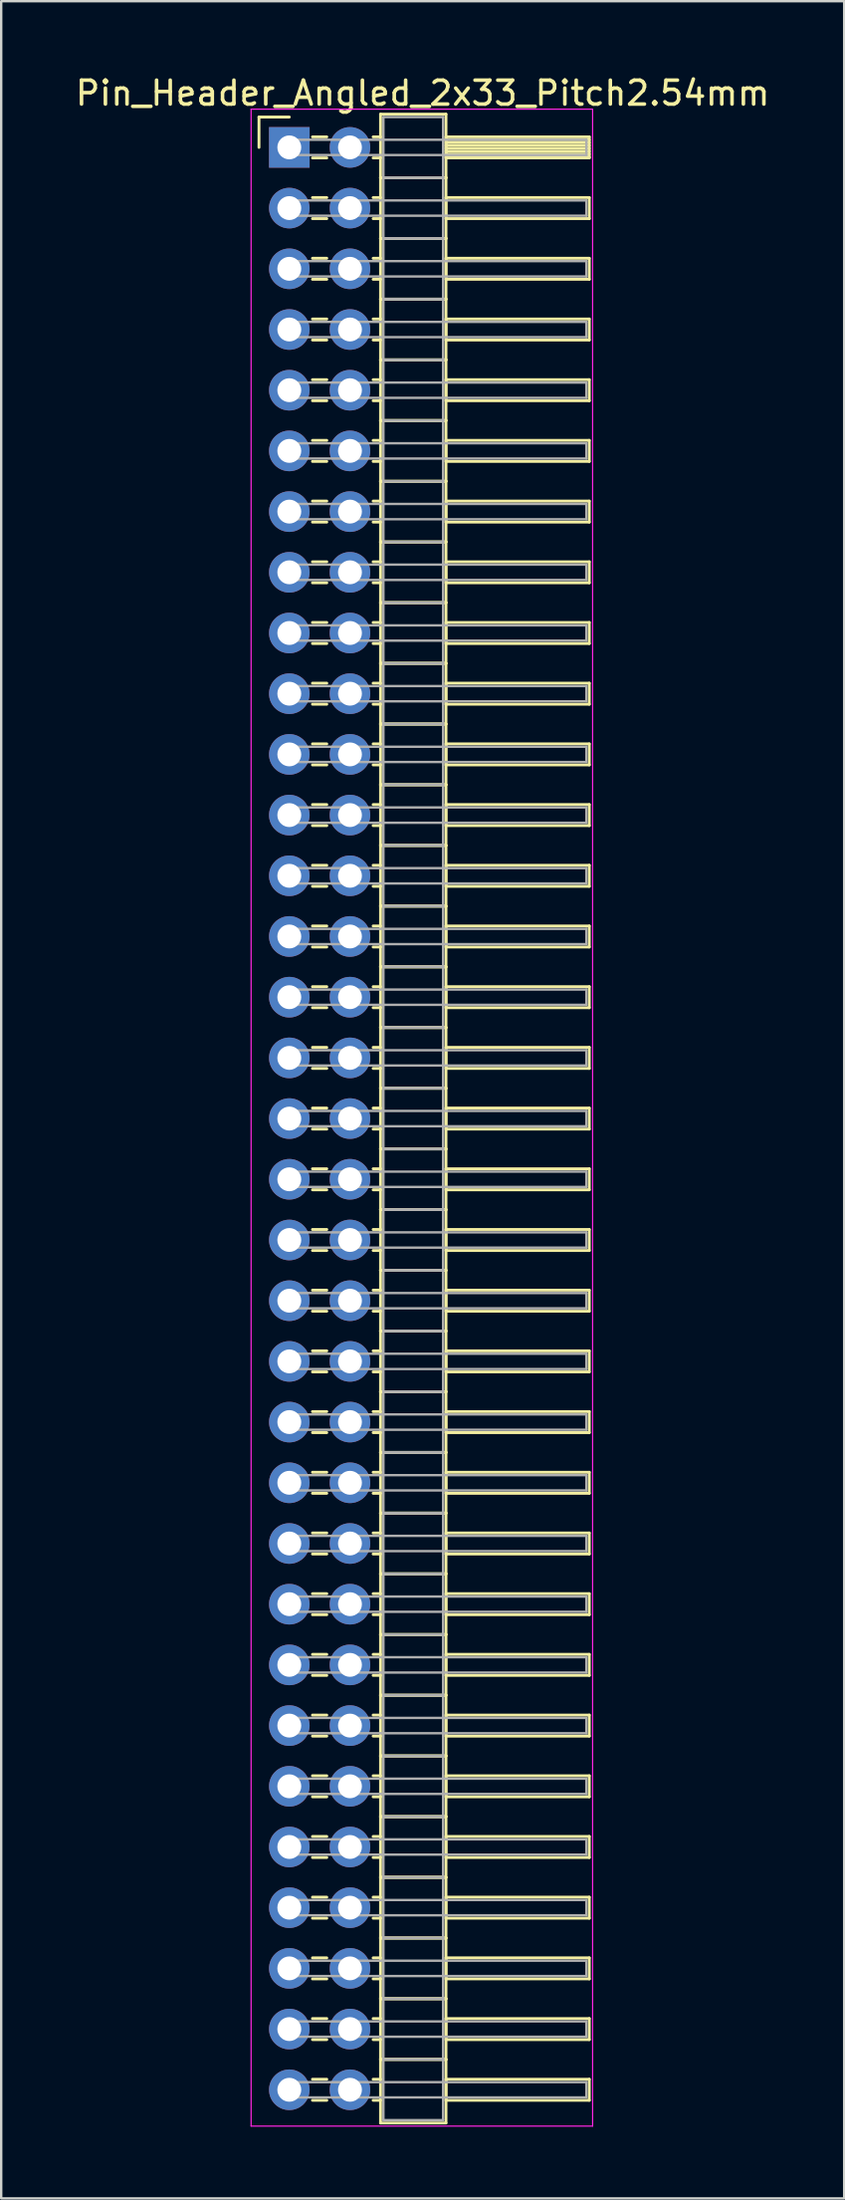
<source format=kicad_pcb>
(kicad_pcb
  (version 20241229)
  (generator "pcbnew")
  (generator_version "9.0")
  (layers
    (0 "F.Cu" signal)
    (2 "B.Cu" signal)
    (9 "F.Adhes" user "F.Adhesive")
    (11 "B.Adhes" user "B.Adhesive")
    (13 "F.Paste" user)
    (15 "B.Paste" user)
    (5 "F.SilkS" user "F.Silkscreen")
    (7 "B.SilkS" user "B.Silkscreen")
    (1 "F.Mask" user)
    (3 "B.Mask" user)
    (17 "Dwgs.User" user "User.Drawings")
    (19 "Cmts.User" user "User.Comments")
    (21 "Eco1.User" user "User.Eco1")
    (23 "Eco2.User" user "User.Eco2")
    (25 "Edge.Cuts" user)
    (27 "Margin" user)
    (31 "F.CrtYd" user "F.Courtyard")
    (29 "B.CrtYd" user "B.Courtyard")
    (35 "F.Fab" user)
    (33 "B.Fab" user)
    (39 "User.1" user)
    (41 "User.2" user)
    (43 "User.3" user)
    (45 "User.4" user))
  (footprint "Pin_Header_Angled_2x33_Pitch2.54mm"
    (layer "F.Cu")
    (at 9.064 3.118)
    (property "Reference" "Pin_Header_Angled_2x33_Pitch2.54mm" (at 5.585 -2.27 0) (layer "F.SilkS") (effects (font (size 1 1) (thickness 0.15))))
    (attr through_hole)
    (fp_line (start -1.27 -1.27) (end 0 -1.27) (stroke (width 0.12) (type solid)) (layer "F.SilkS"))
    (fp_line (start -1.27 0) (end -1.27 -1.27) (stroke (width 0.12) (type solid)) (layer "F.SilkS"))
    (fp_line (start 0.97 -0.44) (end 1.57 -0.44) (stroke (width 0.12) (type solid)) (layer "F.SilkS"))
    (fp_line (start 0.97 0.44) (end 1.57 0.44) (stroke (width 0.12) (type solid)) (layer "F.SilkS"))
    (fp_line (start 0.97 2.1) (end 1.57 2.1) (stroke (width 0.12) (type solid)) (layer "F.SilkS"))
    (fp_line (start 0.97 2.98) (end 1.57 2.98) (stroke (width 0.12) (type solid)) (layer "F.SilkS"))
    (fp_line (start 0.97 4.64) (end 1.57 4.64) (stroke (width 0.12) (type solid)) (layer "F.SilkS"))
    (fp_line (start 0.97 5.52) (end 1.57 5.52) (stroke (width 0.12) (type solid)) (layer "F.SilkS"))
    (fp_line (start 0.97 7.18) (end 1.57 7.18) (stroke (width 0.12) (type solid)) (layer "F.SilkS"))
    (fp_line (start 0.97 8.06) (end 1.57 8.06) (stroke (width 0.12) (type solid)) (layer "F.SilkS"))
    (fp_line (start 0.97 9.72) (end 1.57 9.72) (stroke (width 0.12) (type solid)) (layer "F.SilkS"))
    (fp_line (start 0.97 10.6) (end 1.57 10.6) (stroke (width 0.12) (type solid)) (layer "F.SilkS"))
    (fp_line (start 0.97 12.26) (end 1.57 12.26) (stroke (width 0.12) (type solid)) (layer "F.SilkS"))
    (fp_line (start 0.97 13.14) (end 1.57 13.14) (stroke (width 0.12) (type solid)) (layer "F.SilkS"))
    (fp_line (start 0.97 14.8) (end 1.57 14.8) (stroke (width 0.12) (type solid)) (layer "F.SilkS"))
    (fp_line (start 0.97 15.68) (end 1.57 15.68) (stroke (width 0.12) (type solid)) (layer "F.SilkS"))
    (fp_line (start 0.97 17.34) (end 1.57 17.34) (stroke (width 0.12) (type solid)) (layer "F.SilkS"))
    (fp_line (start 0.97 18.22) (end 1.57 18.22) (stroke (width 0.12) (type solid)) (layer "F.SilkS"))
    (fp_line (start 0.97 19.88) (end 1.57 19.88) (stroke (width 0.12) (type solid)) (layer "F.SilkS"))
    (fp_line (start 0.97 20.76) (end 1.57 20.76) (stroke (width 0.12) (type solid)) (layer "F.SilkS"))
    (fp_line (start 0.97 22.42) (end 1.57 22.42) (stroke (width 0.12) (type solid)) (layer "F.SilkS"))
    (fp_line (start 0.97 23.3) (end 1.57 23.3) (stroke (width 0.12) (type solid)) (layer "F.SilkS"))
    (fp_line (start 0.97 24.96) (end 1.57 24.96) (stroke (width 0.12) (type solid)) (layer "F.SilkS"))
    (fp_line (start 0.97 25.84) (end 1.57 25.84) (stroke (width 0.12) (type solid)) (layer "F.SilkS"))
    (fp_line (start 0.97 27.5) (end 1.57 27.5) (stroke (width 0.12) (type solid)) (layer "F.SilkS"))
    (fp_line (start 0.97 28.38) (end 1.57 28.38) (stroke (width 0.12) (type solid)) (layer "F.SilkS"))
    (fp_line (start 0.97 30.04) (end 1.57 30.04) (stroke (width 0.12) (type solid)) (layer "F.SilkS"))
    (fp_line (start 0.97 30.92) (end 1.57 30.92) (stroke (width 0.12) (type solid)) (layer "F.SilkS"))
    (fp_line (start 0.97 32.58) (end 1.57 32.58) (stroke (width 0.12) (type solid)) (layer "F.SilkS"))
    (fp_line (start 0.97 33.46) (end 1.57 33.46) (stroke (width 0.12) (type solid)) (layer "F.SilkS"))
    (fp_line (start 0.97 35.12) (end 1.57 35.12) (stroke (width 0.12) (type solid)) (layer "F.SilkS"))
    (fp_line (start 0.97 36) (end 1.57 36) (stroke (width 0.12) (type solid)) (layer "F.SilkS"))
    (fp_line (start 0.97 37.66) (end 1.57 37.66) (stroke (width 0.12) (type solid)) (layer "F.SilkS"))
    (fp_line (start 0.97 38.54) (end 1.57 38.54) (stroke (width 0.12) (type solid)) (layer "F.SilkS"))
    (fp_line (start 0.97 40.2) (end 1.57 40.2) (stroke (width 0.12) (type solid)) (layer "F.SilkS"))
    (fp_line (start 0.97 41.08) (end 1.57 41.08) (stroke (width 0.12) (type solid)) (layer "F.SilkS"))
    (fp_line (start 0.97 42.74) (end 1.57 42.74) (stroke (width 0.12) (type solid)) (layer "F.SilkS"))
    (fp_line (start 0.97 43.62) (end 1.57 43.62) (stroke (width 0.12) (type solid)) (layer "F.SilkS"))
    (fp_line (start 0.97 45.28) (end 1.57 45.28) (stroke (width 0.12) (type solid)) (layer "F.SilkS"))
    (fp_line (start 0.97 46.16) (end 1.57 46.16) (stroke (width 0.12) (type solid)) (layer "F.SilkS"))
    (fp_line (start 0.97 47.82) (end 1.57 47.82) (stroke (width 0.12) (type solid)) (layer "F.SilkS"))
    (fp_line (start 0.97 48.7) (end 1.57 48.7) (stroke (width 0.12) (type solid)) (layer "F.SilkS"))
    (fp_line (start 0.97 50.36) (end 1.57 50.36) (stroke (width 0.12) (type solid)) (layer "F.SilkS"))
    (fp_line (start 0.97 51.24) (end 1.57 51.24) (stroke (width 0.12) (type solid)) (layer "F.SilkS"))
    (fp_line (start 0.97 52.9) (end 1.57 52.9) (stroke (width 0.12) (type solid)) (layer "F.SilkS"))
    (fp_line (start 0.97 53.78) (end 1.57 53.78) (stroke (width 0.12) (type solid)) (layer "F.SilkS"))
    (fp_line (start 0.97 55.44) (end 1.57 55.44) (stroke (width 0.12) (type solid)) (layer "F.SilkS"))
    (fp_line (start 0.97 56.32) (end 1.57 56.32) (stroke (width 0.12) (type solid)) (layer "F.SilkS"))
    (fp_line (start 0.97 57.98) (end 1.57 57.98) (stroke (width 0.12) (type solid)) (layer "F.SilkS"))
    (fp_line (start 0.97 58.86) (end 1.57 58.86) (stroke (width 0.12) (type solid)) (layer "F.SilkS"))
    (fp_line (start 0.97 60.52) (end 1.57 60.52) (stroke (width 0.12) (type solid)) (layer "F.SilkS"))
    (fp_line (start 0.97 61.4) (end 1.57 61.4) (stroke (width 0.12) (type solid)) (layer "F.SilkS"))
    (fp_line (start 0.97 63.06) (end 1.57 63.06) (stroke (width 0.12) (type solid)) (layer "F.SilkS"))
    (fp_line (start 0.97 63.94) (end 1.57 63.94) (stroke (width 0.12) (type solid)) (layer "F.SilkS"))
    (fp_line (start 0.97 65.6) (end 1.57 65.6) (stroke (width 0.12) (type solid)) (layer "F.SilkS"))
    (fp_line (start 0.97 66.48) (end 1.57 66.48) (stroke (width 0.12) (type solid)) (layer "F.SilkS"))
    (fp_line (start 0.97 68.14) (end 1.57 68.14) (stroke (width 0.12) (type solid)) (layer "F.SilkS"))
    (fp_line (start 0.97 69.02) (end 1.57 69.02) (stroke (width 0.12) (type solid)) (layer "F.SilkS"))
    (fp_line (start 0.97 70.68) (end 1.57 70.68) (stroke (width 0.12) (type solid)) (layer "F.SilkS"))
    (fp_line (start 0.97 71.56) (end 1.57 71.56) (stroke (width 0.12) (type solid)) (layer "F.SilkS"))
    (fp_line (start 0.97 73.22) (end 1.57 73.22) (stroke (width 0.12) (type solid)) (layer "F.SilkS"))
    (fp_line (start 0.97 74.1) (end 1.57 74.1) (stroke (width 0.12) (type solid)) (layer "F.SilkS"))
    (fp_line (start 0.97 75.76) (end 1.57 75.76) (stroke (width 0.12) (type solid)) (layer "F.SilkS"))
    (fp_line (start 0.97 76.64) (end 1.57 76.64) (stroke (width 0.12) (type solid)) (layer "F.SilkS"))
    (fp_line (start 0.97 78.3) (end 1.57 78.3) (stroke (width 0.12) (type solid)) (layer "F.SilkS"))
    (fp_line (start 0.97 79.18) (end 1.57 79.18) (stroke (width 0.12) (type solid)) (layer "F.SilkS"))
    (fp_line (start 0.97 80.84) (end 1.57 80.84) (stroke (width 0.12) (type solid)) (layer "F.SilkS"))
    (fp_line (start 0.97 81.72) (end 1.57 81.72) (stroke (width 0.12) (type solid)) (layer "F.SilkS"))
    (fp_line (start 3.51 -0.44) (end 3.82 -0.44) (stroke (width 0.12) (type solid)) (layer "F.SilkS"))
    (fp_line (start 3.51 0.44) (end 3.82 0.44) (stroke (width 0.12) (type solid)) (layer "F.SilkS"))
    (fp_line (start 3.51 2.1) (end 3.82 2.1) (stroke (width 0.12) (type solid)) (layer "F.SilkS"))
    (fp_line (start 3.51 2.98) (end 3.82 2.98) (stroke (width 0.12) (type solid)) (layer "F.SilkS"))
    (fp_line (start 3.51 4.64) (end 3.82 4.64) (stroke (width 0.12) (type solid)) (layer "F.SilkS"))
    (fp_line (start 3.51 5.52) (end 3.82 5.52) (stroke (width 0.12) (type solid)) (layer "F.SilkS"))
    (fp_line (start 3.51 7.18) (end 3.82 7.18) (stroke (width 0.12) (type solid)) (layer "F.SilkS"))
    (fp_line (start 3.51 8.06) (end 3.82 8.06) (stroke (width 0.12) (type solid)) (layer "F.SilkS"))
    (fp_line (start 3.51 9.72) (end 3.82 9.72) (stroke (width 0.12) (type solid)) (layer "F.SilkS"))
    (fp_line (start 3.51 10.6) (end 3.82 10.6) (stroke (width 0.12) (type solid)) (layer "F.SilkS"))
    (fp_line (start 3.51 12.26) (end 3.82 12.26) (stroke (width 0.12) (type solid)) (layer "F.SilkS"))
    (fp_line (start 3.51 13.14) (end 3.82 13.14) (stroke (width 0.12) (type solid)) (layer "F.SilkS"))
    (fp_line (start 3.51 14.8) (end 3.82 14.8) (stroke (width 0.12) (type solid)) (layer "F.SilkS"))
    (fp_line (start 3.51 15.68) (end 3.82 15.68) (stroke (width 0.12) (type solid)) (layer "F.SilkS"))
    (fp_line (start 3.51 17.34) (end 3.82 17.34) (stroke (width 0.12) (type solid)) (layer "F.SilkS"))
    (fp_line (start 3.51 18.22) (end 3.82 18.22) (stroke (width 0.12) (type solid)) (layer "F.SilkS"))
    (fp_line (start 3.51 19.88) (end 3.82 19.88) (stroke (width 0.12) (type solid)) (layer "F.SilkS"))
    (fp_line (start 3.51 20.76) (end 3.82 20.76) (stroke (width 0.12) (type solid)) (layer "F.SilkS"))
    (fp_line (start 3.51 22.42) (end 3.82 22.42) (stroke (width 0.12) (type solid)) (layer "F.SilkS"))
    (fp_line (start 3.51 23.3) (end 3.82 23.3) (stroke (width 0.12) (type solid)) (layer "F.SilkS"))
    (fp_line (start 3.51 24.96) (end 3.82 24.96) (stroke (width 0.12) (type solid)) (layer "F.SilkS"))
    (fp_line (start 3.51 25.84) (end 3.82 25.84) (stroke (width 0.12) (type solid)) (layer "F.SilkS"))
    (fp_line (start 3.51 27.5) (end 3.82 27.5) (stroke (width 0.12) (type solid)) (layer "F.SilkS"))
    (fp_line (start 3.51 28.38) (end 3.82 28.38) (stroke (width 0.12) (type solid)) (layer "F.SilkS"))
    (fp_line (start 3.51 30.04) (end 3.82 30.04) (stroke (width 0.12) (type solid)) (layer "F.SilkS"))
    (fp_line (start 3.51 30.92) (end 3.82 30.92) (stroke (width 0.12) (type solid)) (layer "F.SilkS"))
    (fp_line (start 3.51 32.58) (end 3.82 32.58) (stroke (width 0.12) (type solid)) (layer "F.SilkS"))
    (fp_line (start 3.51 33.46) (end 3.82 33.46) (stroke (width 0.12) (type solid)) (layer "F.SilkS"))
    (fp_line (start 3.51 35.12) (end 3.82 35.12) (stroke (width 0.12) (type solid)) (layer "F.SilkS"))
    (fp_line (start 3.51 36) (end 3.82 36) (stroke (width 0.12) (type solid)) (layer "F.SilkS"))
    (fp_line (start 3.51 37.66) (end 3.82 37.66) (stroke (width 0.12) (type solid)) (layer "F.SilkS"))
    (fp_line (start 3.51 38.54) (end 3.82 38.54) (stroke (width 0.12) (type solid)) (layer "F.SilkS"))
    (fp_line (start 3.51 40.2) (end 3.82 40.2) (stroke (width 0.12) (type solid)) (layer "F.SilkS"))
    (fp_line (start 3.51 41.08) (end 3.82 41.08) (stroke (width 0.12) (type solid)) (layer "F.SilkS"))
    (fp_line (start 3.51 42.74) (end 3.82 42.74) (stroke (width 0.12) (type solid)) (layer "F.SilkS"))
    (fp_line (start 3.51 43.62) (end 3.82 43.62) (stroke (width 0.12) (type solid)) (layer "F.SilkS"))
    (fp_line (start 3.51 45.28) (end 3.82 45.28) (stroke (width 0.12) (type solid)) (layer "F.SilkS"))
    (fp_line (start 3.51 46.16) (end 3.82 46.16) (stroke (width 0.12) (type solid)) (layer "F.SilkS"))
    (fp_line (start 3.51 47.82) (end 3.82 47.82) (stroke (width 0.12) (type solid)) (layer "F.SilkS"))
    (fp_line (start 3.51 48.7) (end 3.82 48.7) (stroke (width 0.12) (type solid)) (layer "F.SilkS"))
    (fp_line (start 3.51 50.36) (end 3.82 50.36) (stroke (width 0.12) (type solid)) (layer "F.SilkS"))
    (fp_line (start 3.51 51.24) (end 3.82 51.24) (stroke (width 0.12) (type solid)) (layer "F.SilkS"))
    (fp_line (start 3.51 52.9) (end 3.82 52.9) (stroke (width 0.12) (type solid)) (layer "F.SilkS"))
    (fp_line (start 3.51 53.78) (end 3.82 53.78) (stroke (width 0.12) (type solid)) (layer "F.SilkS"))
    (fp_line (start 3.51 55.44) (end 3.82 55.44) (stroke (width 0.12) (type solid)) (layer "F.SilkS"))
    (fp_line (start 3.51 56.32) (end 3.82 56.32) (stroke (width 0.12) (type solid)) (layer "F.SilkS"))
    (fp_line (start 3.51 57.98) (end 3.82 57.98) (stroke (width 0.12) (type solid)) (layer "F.SilkS"))
    (fp_line (start 3.51 58.86) (end 3.82 58.86) (stroke (width 0.12) (type solid)) (layer "F.SilkS"))
    (fp_line (start 3.51 60.52) (end 3.82 60.52) (stroke (width 0.12) (type solid)) (layer "F.SilkS"))
    (fp_line (start 3.51 61.4) (end 3.82 61.4) (stroke (width 0.12) (type solid)) (layer "F.SilkS"))
    (fp_line (start 3.51 63.06) (end 3.82 63.06) (stroke (width 0.12) (type solid)) (layer "F.SilkS"))
    (fp_line (start 3.51 63.94) (end 3.82 63.94) (stroke (width 0.12) (type solid)) (layer "F.SilkS"))
    (fp_line (start 3.51 65.6) (end 3.82 65.6) (stroke (width 0.12) (type solid)) (layer "F.SilkS"))
    (fp_line (start 3.51 66.48) (end 3.82 66.48) (stroke (width 0.12) (type solid)) (layer "F.SilkS"))
    (fp_line (start 3.51 68.14) (end 3.82 68.14) (stroke (width 0.12) (type solid)) (layer "F.SilkS"))
    (fp_line (start 3.51 69.02) (end 3.82 69.02) (stroke (width 0.12) (type solid)) (layer "F.SilkS"))
    (fp_line (start 3.51 70.68) (end 3.82 70.68) (stroke (width 0.12) (type solid)) (layer "F.SilkS"))
    (fp_line (start 3.51 71.56) (end 3.82 71.56) (stroke (width 0.12) (type solid)) (layer "F.SilkS"))
    (fp_line (start 3.51 73.22) (end 3.82 73.22) (stroke (width 0.12) (type solid)) (layer "F.SilkS"))
    (fp_line (start 3.51 74.1) (end 3.82 74.1) (stroke (width 0.12) (type solid)) (layer "F.SilkS"))
    (fp_line (start 3.51 75.76) (end 3.82 75.76) (stroke (width 0.12) (type solid)) (layer "F.SilkS"))
    (fp_line (start 3.51 76.64) (end 3.82 76.64) (stroke (width 0.12) (type solid)) (layer "F.SilkS"))
    (fp_line (start 3.51 78.3) (end 3.82 78.3) (stroke (width 0.12) (type solid)) (layer "F.SilkS"))
    (fp_line (start 3.51 79.18) (end 3.82 79.18) (stroke (width 0.12) (type solid)) (layer "F.SilkS"))
    (fp_line (start 3.51 80.84) (end 3.82 80.84) (stroke (width 0.12) (type solid)) (layer "F.SilkS"))
    (fp_line (start 3.51 81.72) (end 3.82 81.72) (stroke (width 0.12) (type solid)) (layer "F.SilkS"))
    (fp_line (start 3.82 -1.39) (end 3.82 1.27) (stroke (width 0.12) (type solid)) (layer "F.SilkS"))
    (fp_line (start 3.82 1.27) (end 3.82 3.81) (stroke (width 0.12) (type solid)) (layer "F.SilkS"))
    (fp_line (start 3.82 1.27) (end 6.56 1.27) (stroke (width 0.12) (type solid)) (layer "F.SilkS"))
    (fp_line (start 3.82 3.81) (end 3.82 6.35) (stroke (width 0.12) (type solid)) (layer "F.SilkS"))
    (fp_line (start 3.82 3.81) (end 6.56 3.81) (stroke (width 0.12) (type solid)) (layer "F.SilkS"))
    (fp_line (start 3.82 6.35) (end 3.82 8.89) (stroke (width 0.12) (type solid)) (layer "F.SilkS"))
    (fp_line (start 3.82 6.35) (end 6.56 6.35) (stroke (width 0.12) (type solid)) (layer "F.SilkS"))
    (fp_line (start 3.82 8.89) (end 3.82 11.43) (stroke (width 0.12) (type solid)) (layer "F.SilkS"))
    (fp_line (start 3.82 8.89) (end 6.56 8.89) (stroke (width 0.12) (type solid)) (layer "F.SilkS"))
    (fp_line (start 3.82 11.43) (end 3.82 13.97) (stroke (width 0.12) (type solid)) (layer "F.SilkS"))
    (fp_line (start 3.82 11.43) (end 6.56 11.43) (stroke (width 0.12) (type solid)) (layer "F.SilkS"))
    (fp_line (start 3.82 13.97) (end 3.82 16.51) (stroke (width 0.12) (type solid)) (layer "F.SilkS"))
    (fp_line (start 3.82 13.97) (end 6.56 13.97) (stroke (width 0.12) (type solid)) (layer "F.SilkS"))
    (fp_line (start 3.82 16.51) (end 3.82 19.05) (stroke (width 0.12) (type solid)) (layer "F.SilkS"))
    (fp_line (start 3.82 16.51) (end 6.56 16.51) (stroke (width 0.12) (type solid)) (layer "F.SilkS"))
    (fp_line (start 3.82 19.05) (end 3.82 21.59) (stroke (width 0.12) (type solid)) (layer "F.SilkS"))
    (fp_line (start 3.82 19.05) (end 6.56 19.05) (stroke (width 0.12) (type solid)) (layer "F.SilkS"))
    (fp_line (start 3.82 21.59) (end 3.82 24.13) (stroke (width 0.12) (type solid)) (layer "F.SilkS"))
    (fp_line (start 3.82 21.59) (end 6.56 21.59) (stroke (width 0.12) (type solid)) (layer "F.SilkS"))
    (fp_line (start 3.82 24.13) (end 3.82 26.67) (stroke (width 0.12) (type solid)) (layer "F.SilkS"))
    (fp_line (start 3.82 24.13) (end 6.56 24.13) (stroke (width 0.12) (type solid)) (layer "F.SilkS"))
    (fp_line (start 3.82 26.67) (end 3.82 29.21) (stroke (width 0.12) (type solid)) (layer "F.SilkS"))
    (fp_line (start 3.82 26.67) (end 6.56 26.67) (stroke (width 0.12) (type solid)) (layer "F.SilkS"))
    (fp_line (start 3.82 29.21) (end 3.82 31.75) (stroke (width 0.12) (type solid)) (layer "F.SilkS"))
    (fp_line (start 3.82 29.21) (end 6.56 29.21) (stroke (width 0.12) (type solid)) (layer "F.SilkS"))
    (fp_line (start 3.82 31.75) (end 3.82 34.29) (stroke (width 0.12) (type solid)) (layer "F.SilkS"))
    (fp_line (start 3.82 31.75) (end 6.56 31.75) (stroke (width 0.12) (type solid)) (layer "F.SilkS"))
    (fp_line (start 3.82 34.29) (end 3.82 36.83) (stroke (width 0.12) (type solid)) (layer "F.SilkS"))
    (fp_line (start 3.82 34.29) (end 6.56 34.29) (stroke (width 0.12) (type solid)) (layer "F.SilkS"))
    (fp_line (start 3.82 36.83) (end 3.82 39.37) (stroke (width 0.12) (type solid)) (layer "F.SilkS"))
    (fp_line (start 3.82 36.83) (end 6.56 36.83) (stroke (width 0.12) (type solid)) (layer "F.SilkS"))
    (fp_line (start 3.82 39.37) (end 3.82 41.91) (stroke (width 0.12) (type solid)) (layer "F.SilkS"))
    (fp_line (start 3.82 39.37) (end 6.56 39.37) (stroke (width 0.12) (type solid)) (layer "F.SilkS"))
    (fp_line (start 3.82 41.91) (end 3.82 44.45) (stroke (width 0.12) (type solid)) (layer "F.SilkS"))
    (fp_line (start 3.82 41.91) (end 6.56 41.91) (stroke (width 0.12) (type solid)) (layer "F.SilkS"))
    (fp_line (start 3.82 44.45) (end 3.82 46.99) (stroke (width 0.12) (type solid)) (layer "F.SilkS"))
    (fp_line (start 3.82 44.45) (end 6.56 44.45) (stroke (width 0.12) (type solid)) (layer "F.SilkS"))
    (fp_line (start 3.82 46.99) (end 3.82 49.53) (stroke (width 0.12) (type solid)) (layer "F.SilkS"))
    (fp_line (start 3.82 46.99) (end 6.56 46.99) (stroke (width 0.12) (type solid)) (layer "F.SilkS"))
    (fp_line (start 3.82 49.53) (end 3.82 52.07) (stroke (width 0.12) (type solid)) (layer "F.SilkS"))
    (fp_line (start 3.82 49.53) (end 6.56 49.53) (stroke (width 0.12) (type solid)) (layer "F.SilkS"))
    (fp_line (start 3.82 52.07) (end 3.82 54.61) (stroke (width 0.12) (type solid)) (layer "F.SilkS"))
    (fp_line (start 3.82 52.07) (end 6.56 52.07) (stroke (width 0.12) (type solid)) (layer "F.SilkS"))
    (fp_line (start 3.82 54.61) (end 3.82 57.15) (stroke (width 0.12) (type solid)) (layer "F.SilkS"))
    (fp_line (start 3.82 54.61) (end 6.56 54.61) (stroke (width 0.12) (type solid)) (layer "F.SilkS"))
    (fp_line (start 3.82 57.15) (end 3.82 59.69) (stroke (width 0.12) (type solid)) (layer "F.SilkS"))
    (fp_line (start 3.82 57.15) (end 6.56 57.15) (stroke (width 0.12) (type solid)) (layer "F.SilkS"))
    (fp_line (start 3.82 59.69) (end 3.82 62.23) (stroke (width 0.12) (type solid)) (layer "F.SilkS"))
    (fp_line (start 3.82 59.69) (end 6.56 59.69) (stroke (width 0.12) (type solid)) (layer "F.SilkS"))
    (fp_line (start 3.82 62.23) (end 3.82 64.77) (stroke (width 0.12) (type solid)) (layer "F.SilkS"))
    (fp_line (start 3.82 62.23) (end 6.56 62.23) (stroke (width 0.12) (type solid)) (layer "F.SilkS"))
    (fp_line (start 3.82 64.77) (end 3.82 67.31) (stroke (width 0.12) (type solid)) (layer "F.SilkS"))
    (fp_line (start 3.82 64.77) (end 6.56 64.77) (stroke (width 0.12) (type solid)) (layer "F.SilkS"))
    (fp_line (start 3.82 67.31) (end 3.82 69.85) (stroke (width 0.12) (type solid)) (layer "F.SilkS"))
    (fp_line (start 3.82 67.31) (end 6.56 67.31) (stroke (width 0.12) (type solid)) (layer "F.SilkS"))
    (fp_line (start 3.82 69.85) (end 3.82 72.39) (stroke (width 0.12) (type solid)) (layer "F.SilkS"))
    (fp_line (start 3.82 69.85) (end 6.56 69.85) (stroke (width 0.12) (type solid)) (layer "F.SilkS"))
    (fp_line (start 3.82 72.39) (end 3.82 74.93) (stroke (width 0.12) (type solid)) (layer "F.SilkS"))
    (fp_line (start 3.82 72.39) (end 6.56 72.39) (stroke (width 0.12) (type solid)) (layer "F.SilkS"))
    (fp_line (start 3.82 74.93) (end 3.82 77.47) (stroke (width 0.12) (type solid)) (layer "F.SilkS"))
    (fp_line (start 3.82 74.93) (end 6.56 74.93) (stroke (width 0.12) (type solid)) (layer "F.SilkS"))
    (fp_line (start 3.82 77.47) (end 3.82 80.01) (stroke (width 0.12) (type solid)) (layer "F.SilkS"))
    (fp_line (start 3.82 77.47) (end 6.56 77.47) (stroke (width 0.12) (type solid)) (layer "F.SilkS"))
    (fp_line (start 3.82 80.01) (end 3.82 82.67) (stroke (width 0.12) (type solid)) (layer "F.SilkS"))
    (fp_line (start 3.82 80.01) (end 6.56 80.01) (stroke (width 0.12) (type solid)) (layer "F.SilkS"))
    (fp_line (start 3.82 82.67) (end 6.56 82.67) (stroke (width 0.12) (type solid)) (layer "F.SilkS"))
    (fp_line (start 6.56 -1.39) (end 3.82 -1.39) (stroke (width 0.12) (type solid)) (layer "F.SilkS"))
    (fp_line (start 6.56 -0.44) (end 6.56 0.44) (stroke (width 0.12) (type solid)) (layer "F.SilkS"))
    (fp_line (start 6.56 -0.32) (end 12.56 -0.32) (stroke (width 0.12) (type solid)) (layer "F.SilkS"))
    (fp_line (start 6.56 -0.2) (end 12.56 -0.2) (stroke (width 0.12) (type solid)) (layer "F.SilkS"))
    (fp_line (start 6.56 -0.08) (end 12.56 -0.08) (stroke (width 0.12) (type solid)) (layer "F.SilkS"))
    (fp_line (start 6.56 0.04) (end 12.56 0.04) (stroke (width 0.12) (type solid)) (layer "F.SilkS"))
    (fp_line (start 6.56 0.16) (end 12.56 0.16) (stroke (width 0.12) (type solid)) (layer "F.SilkS"))
    (fp_line (start 6.56 0.28) (end 12.56 0.28) (stroke (width 0.12) (type solid)) (layer "F.SilkS"))
    (fp_line (start 6.56 0.4) (end 12.56 0.4) (stroke (width 0.12) (type solid)) (layer "F.SilkS"))
    (fp_line (start 6.56 0.44) (end 12.56 0.44) (stroke (width 0.12) (type solid)) (layer "F.SilkS"))
    (fp_line (start 6.56 1.27) (end 3.82 1.27) (stroke (width 0.12) (type solid)) (layer "F.SilkS"))
    (fp_line (start 6.56 1.27) (end 6.56 -1.39) (stroke (width 0.12) (type solid)) (layer "F.SilkS"))
    (fp_line (start 6.56 2.1) (end 6.56 2.98) (stroke (width 0.12) (type solid)) (layer "F.SilkS"))
    (fp_line (start 6.56 2.98) (end 12.56 2.98) (stroke (width 0.12) (type solid)) (layer "F.SilkS"))
    (fp_line (start 6.56 3.81) (end 3.82 3.81) (stroke (width 0.12) (type solid)) (layer "F.SilkS"))
    (fp_line (start 6.56 3.81) (end 6.56 1.27) (stroke (width 0.12) (type solid)) (layer "F.SilkS"))
    (fp_line (start 6.56 4.64) (end 6.56 5.52) (stroke (width 0.12) (type solid)) (layer "F.SilkS"))
    (fp_line (start 6.56 5.52) (end 12.56 5.52) (stroke (width 0.12) (type solid)) (layer "F.SilkS"))
    (fp_line (start 6.56 6.35) (end 3.82 6.35) (stroke (width 0.12) (type solid)) (layer "F.SilkS"))
    (fp_line (start 6.56 6.35) (end 6.56 3.81) (stroke (width 0.12) (type solid)) (layer "F.SilkS"))
    (fp_line (start 6.56 7.18) (end 6.56 8.06) (stroke (width 0.12) (type solid)) (layer "F.SilkS"))
    (fp_line (start 6.56 8.06) (end 12.56 8.06) (stroke (width 0.12) (type solid)) (layer "F.SilkS"))
    (fp_line (start 6.56 8.89) (end 3.82 8.89) (stroke (width 0.12) (type solid)) (layer "F.SilkS"))
    (fp_line (start 6.56 8.89) (end 6.56 6.35) (stroke (width 0.12) (type solid)) (layer "F.SilkS"))
    (fp_line (start 6.56 9.72) (end 6.56 10.6) (stroke (width 0.12) (type solid)) (layer "F.SilkS"))
    (fp_line (start 6.56 10.6) (end 12.56 10.6) (stroke (width 0.12) (type solid)) (layer "F.SilkS"))
    (fp_line (start 6.56 11.43) (end 3.82 11.43) (stroke (width 0.12) (type solid)) (layer "F.SilkS"))
    (fp_line (start 6.56 11.43) (end 6.56 8.89) (stroke (width 0.12) (type solid)) (layer "F.SilkS"))
    (fp_line (start 6.56 12.26) (end 6.56 13.14) (stroke (width 0.12) (type solid)) (layer "F.SilkS"))
    (fp_line (start 6.56 13.14) (end 12.56 13.14) (stroke (width 0.12) (type solid)) (layer "F.SilkS"))
    (fp_line (start 6.56 13.97) (end 3.82 13.97) (stroke (width 0.12) (type solid)) (layer "F.SilkS"))
    (fp_line (start 6.56 13.97) (end 6.56 11.43) (stroke (width 0.12) (type solid)) (layer "F.SilkS"))
    (fp_line (start 6.56 14.8) (end 6.56 15.68) (stroke (width 0.12) (type solid)) (layer "F.SilkS"))
    (fp_line (start 6.56 15.68) (end 12.56 15.68) (stroke (width 0.12) (type solid)) (layer "F.SilkS"))
    (fp_line (start 6.56 16.51) (end 3.82 16.51) (stroke (width 0.12) (type solid)) (layer "F.SilkS"))
    (fp_line (start 6.56 16.51) (end 6.56 13.97) (stroke (width 0.12) (type solid)) (layer "F.SilkS"))
    (fp_line (start 6.56 17.34) (end 6.56 18.22) (stroke (width 0.12) (type solid)) (layer "F.SilkS"))
    (fp_line (start 6.56 18.22) (end 12.56 18.22) (stroke (width 0.12) (type solid)) (layer "F.SilkS"))
    (fp_line (start 6.56 19.05) (end 3.82 19.05) (stroke (width 0.12) (type solid)) (layer "F.SilkS"))
    (fp_line (start 6.56 19.05) (end 6.56 16.51) (stroke (width 0.12) (type solid)) (layer "F.SilkS"))
    (fp_line (start 6.56 19.88) (end 6.56 20.76) (stroke (width 0.12) (type solid)) (layer "F.SilkS"))
    (fp_line (start 6.56 20.76) (end 12.56 20.76) (stroke (width 0.12) (type solid)) (layer "F.SilkS"))
    (fp_line (start 6.56 21.59) (end 3.82 21.59) (stroke (width 0.12) (type solid)) (layer "F.SilkS"))
    (fp_line (start 6.56 21.59) (end 6.56 19.05) (stroke (width 0.12) (type solid)) (layer "F.SilkS"))
    (fp_line (start 6.56 22.42) (end 6.56 23.3) (stroke (width 0.12) (type solid)) (layer "F.SilkS"))
    (fp_line (start 6.56 23.3) (end 12.56 23.3) (stroke (width 0.12) (type solid)) (layer "F.SilkS"))
    (fp_line (start 6.56 24.13) (end 3.82 24.13) (stroke (width 0.12) (type solid)) (layer "F.SilkS"))
    (fp_line (start 6.56 24.13) (end 6.56 21.59) (stroke (width 0.12) (type solid)) (layer "F.SilkS"))
    (fp_line (start 6.56 24.96) (end 6.56 25.84) (stroke (width 0.12) (type solid)) (layer "F.SilkS"))
    (fp_line (start 6.56 25.84) (end 12.56 25.84) (stroke (width 0.12) (type solid)) (layer "F.SilkS"))
    (fp_line (start 6.56 26.67) (end 3.82 26.67) (stroke (width 0.12) (type solid)) (layer "F.SilkS"))
    (fp_line (start 6.56 26.67) (end 6.56 24.13) (stroke (width 0.12) (type solid)) (layer "F.SilkS"))
    (fp_line (start 6.56 27.5) (end 6.56 28.38) (stroke (width 0.12) (type solid)) (layer "F.SilkS"))
    (fp_line (start 6.56 28.38) (end 12.56 28.38) (stroke (width 0.12) (type solid)) (layer "F.SilkS"))
    (fp_line (start 6.56 29.21) (end 3.82 29.21) (stroke (width 0.12) (type solid)) (layer "F.SilkS"))
    (fp_line (start 6.56 29.21) (end 6.56 26.67) (stroke (width 0.12) (type solid)) (layer "F.SilkS"))
    (fp_line (start 6.56 30.04) (end 6.56 30.92) (stroke (width 0.12) (type solid)) (layer "F.SilkS"))
    (fp_line (start 6.56 30.92) (end 12.56 30.92) (stroke (width 0.12) (type solid)) (layer "F.SilkS"))
    (fp_line (start 6.56 31.75) (end 3.82 31.75) (stroke (width 0.12) (type solid)) (layer "F.SilkS"))
    (fp_line (start 6.56 31.75) (end 6.56 29.21) (stroke (width 0.12) (type solid)) (layer "F.SilkS"))
    (fp_line (start 6.56 32.58) (end 6.56 33.46) (stroke (width 0.12) (type solid)) (layer "F.SilkS"))
    (fp_line (start 6.56 33.46) (end 12.56 33.46) (stroke (width 0.12) (type solid)) (layer "F.SilkS"))
    (fp_line (start 6.56 34.29) (end 3.82 34.29) (stroke (width 0.12) (type solid)) (layer "F.SilkS"))
    (fp_line (start 6.56 34.29) (end 6.56 31.75) (stroke (width 0.12) (type solid)) (layer "F.SilkS"))
    (fp_line (start 6.56 35.12) (end 6.56 36) (stroke (width 0.12) (type solid)) (layer "F.SilkS"))
    (fp_line (start 6.56 36) (end 12.56 36) (stroke (width 0.12) (type solid)) (layer "F.SilkS"))
    (fp_line (start 6.56 36.83) (end 3.82 36.83) (stroke (width 0.12) (type solid)) (layer "F.SilkS"))
    (fp_line (start 6.56 36.83) (end 6.56 34.29) (stroke (width 0.12) (type solid)) (layer "F.SilkS"))
    (fp_line (start 6.56 37.66) (end 6.56 38.54) (stroke (width 0.12) (type solid)) (layer "F.SilkS"))
    (fp_line (start 6.56 38.54) (end 12.56 38.54) (stroke (width 0.12) (type solid)) (layer "F.SilkS"))
    (fp_line (start 6.56 39.37) (end 3.82 39.37) (stroke (width 0.12) (type solid)) (layer "F.SilkS"))
    (fp_line (start 6.56 39.37) (end 6.56 36.83) (stroke (width 0.12) (type solid)) (layer "F.SilkS"))
    (fp_line (start 6.56 40.2) (end 6.56 41.08) (stroke (width 0.12) (type solid)) (layer "F.SilkS"))
    (fp_line (start 6.56 41.08) (end 12.56 41.08) (stroke (width 0.12) (type solid)) (layer "F.SilkS"))
    (fp_line (start 6.56 41.91) (end 3.82 41.91) (stroke (width 0.12) (type solid)) (layer "F.SilkS"))
    (fp_line (start 6.56 41.91) (end 6.56 39.37) (stroke (width 0.12) (type solid)) (layer "F.SilkS"))
    (fp_line (start 6.56 42.74) (end 6.56 43.62) (stroke (width 0.12) (type solid)) (layer "F.SilkS"))
    (fp_line (start 6.56 43.62) (end 12.56 43.62) (stroke (width 0.12) (type solid)) (layer "F.SilkS"))
    (fp_line (start 6.56 44.45) (end 3.82 44.45) (stroke (width 0.12) (type solid)) (layer "F.SilkS"))
    (fp_line (start 6.56 44.45) (end 6.56 41.91) (stroke (width 0.12) (type solid)) (layer "F.SilkS"))
    (fp_line (start 6.56 45.28) (end 6.56 46.16) (stroke (width 0.12) (type solid)) (layer "F.SilkS"))
    (fp_line (start 6.56 46.16) (end 12.56 46.16) (stroke (width 0.12) (type solid)) (layer "F.SilkS"))
    (fp_line (start 6.56 46.99) (end 3.82 46.99) (stroke (width 0.12) (type solid)) (layer "F.SilkS"))
    (fp_line (start 6.56 46.99) (end 6.56 44.45) (stroke (width 0.12) (type solid)) (layer "F.SilkS"))
    (fp_line (start 6.56 47.82) (end 6.56 48.7) (stroke (width 0.12) (type solid)) (layer "F.SilkS"))
    (fp_line (start 6.56 48.7) (end 12.56 48.7) (stroke (width 0.12) (type solid)) (layer "F.SilkS"))
    (fp_line (start 6.56 49.53) (end 3.82 49.53) (stroke (width 0.12) (type solid)) (layer "F.SilkS"))
    (fp_line (start 6.56 49.53) (end 6.56 46.99) (stroke (width 0.12) (type solid)) (layer "F.SilkS"))
    (fp_line (start 6.56 50.36) (end 6.56 51.24) (stroke (width 0.12) (type solid)) (layer "F.SilkS"))
    (fp_line (start 6.56 51.24) (end 12.56 51.24) (stroke (width 0.12) (type solid)) (layer "F.SilkS"))
    (fp_line (start 6.56 52.07) (end 3.82 52.07) (stroke (width 0.12) (type solid)) (layer "F.SilkS"))
    (fp_line (start 6.56 52.07) (end 6.56 49.53) (stroke (width 0.12) (type solid)) (layer "F.SilkS"))
    (fp_line (start 6.56 52.9) (end 6.56 53.78) (stroke (width 0.12) (type solid)) (layer "F.SilkS"))
    (fp_line (start 6.56 53.78) (end 12.56 53.78) (stroke (width 0.12) (type solid)) (layer "F.SilkS"))
    (fp_line (start 6.56 54.61) (end 3.82 54.61) (stroke (width 0.12) (type solid)) (layer "F.SilkS"))
    (fp_line (start 6.56 54.61) (end 6.56 52.07) (stroke (width 0.12) (type solid)) (layer "F.SilkS"))
    (fp_line (start 6.56 55.44) (end 6.56 56.32) (stroke (width 0.12) (type solid)) (layer "F.SilkS"))
    (fp_line (start 6.56 56.32) (end 12.56 56.32) (stroke (width 0.12) (type solid)) (layer "F.SilkS"))
    (fp_line (start 6.56 57.15) (end 3.82 57.15) (stroke (width 0.12) (type solid)) (layer "F.SilkS"))
    (fp_line (start 6.56 57.15) (end 6.56 54.61) (stroke (width 0.12) (type solid)) (layer "F.SilkS"))
    (fp_line (start 6.56 57.98) (end 6.56 58.86) (stroke (width 0.12) (type solid)) (layer "F.SilkS"))
    (fp_line (start 6.56 58.86) (end 12.56 58.86) (stroke (width 0.12) (type solid)) (layer "F.SilkS"))
    (fp_line (start 6.56 59.69) (end 3.82 59.69) (stroke (width 0.12) (type solid)) (layer "F.SilkS"))
    (fp_line (start 6.56 59.69) (end 6.56 57.15) (stroke (width 0.12) (type solid)) (layer "F.SilkS"))
    (fp_line (start 6.56 60.52) (end 6.56 61.4) (stroke (width 0.12) (type solid)) (layer "F.SilkS"))
    (fp_line (start 6.56 61.4) (end 12.56 61.4) (stroke (width 0.12) (type solid)) (layer "F.SilkS"))
    (fp_line (start 6.56 62.23) (end 3.82 62.23) (stroke (width 0.12) (type solid)) (layer "F.SilkS"))
    (fp_line (start 6.56 62.23) (end 6.56 59.69) (stroke (width 0.12) (type solid)) (layer "F.SilkS"))
    (fp_line (start 6.56 63.06) (end 6.56 63.94) (stroke (width 0.12) (type solid)) (layer "F.SilkS"))
    (fp_line (start 6.56 63.94) (end 12.56 63.94) (stroke (width 0.12) (type solid)) (layer "F.SilkS"))
    (fp_line (start 6.56 64.77) (end 3.82 64.77) (stroke (width 0.12) (type solid)) (layer "F.SilkS"))
    (fp_line (start 6.56 64.77) (end 6.56 62.23) (stroke (width 0.12) (type solid)) (layer "F.SilkS"))
    (fp_line (start 6.56 65.6) (end 6.56 66.48) (stroke (width 0.12) (type solid)) (layer "F.SilkS"))
    (fp_line (start 6.56 66.48) (end 12.56 66.48) (stroke (width 0.12) (type solid)) (layer "F.SilkS"))
    (fp_line (start 6.56 67.31) (end 3.82 67.31) (stroke (width 0.12) (type solid)) (layer "F.SilkS"))
    (fp_line (start 6.56 67.31) (end 6.56 64.77) (stroke (width 0.12) (type solid)) (layer "F.SilkS"))
    (fp_line (start 6.56 68.14) (end 6.56 69.02) (stroke (width 0.12) (type solid)) (layer "F.SilkS"))
    (fp_line (start 6.56 69.02) (end 12.56 69.02) (stroke (width 0.12) (type solid)) (layer "F.SilkS"))
    (fp_line (start 6.56 69.85) (end 3.82 69.85) (stroke (width 0.12) (type solid)) (layer "F.SilkS"))
    (fp_line (start 6.56 69.85) (end 6.56 67.31) (stroke (width 0.12) (type solid)) (layer "F.SilkS"))
    (fp_line (start 6.56 70.68) (end 6.56 71.56) (stroke (width 0.12) (type solid)) (layer "F.SilkS"))
    (fp_line (start 6.56 71.56) (end 12.56 71.56) (stroke (width 0.12) (type solid)) (layer "F.SilkS"))
    (fp_line (start 6.56 72.39) (end 3.82 72.39) (stroke (width 0.12) (type solid)) (layer "F.SilkS"))
    (fp_line (start 6.56 72.39) (end 6.56 69.85) (stroke (width 0.12) (type solid)) (layer "F.SilkS"))
    (fp_line (start 6.56 73.22) (end 6.56 74.1) (stroke (width 0.12) (type solid)) (layer "F.SilkS"))
    (fp_line (start 6.56 74.1) (end 12.56 74.1) (stroke (width 0.12) (type solid)) (layer "F.SilkS"))
    (fp_line (start 6.56 74.93) (end 3.82 74.93) (stroke (width 0.12) (type solid)) (layer "F.SilkS"))
    (fp_line (start 6.56 74.93) (end 6.56 72.39) (stroke (width 0.12) (type solid)) (layer "F.SilkS"))
    (fp_line (start 6.56 75.76) (end 6.56 76.64) (stroke (width 0.12) (type solid)) (layer "F.SilkS"))
    (fp_line (start 6.56 76.64) (end 12.56 76.64) (stroke (width 0.12) (type solid)) (layer "F.SilkS"))
    (fp_line (start 6.56 77.47) (end 3.82 77.47) (stroke (width 0.12) (type solid)) (layer "F.SilkS"))
    (fp_line (start 6.56 77.47) (end 6.56 74.93) (stroke (width 0.12) (type solid)) (layer "F.SilkS"))
    (fp_line (start 6.56 78.3) (end 6.56 79.18) (stroke (width 0.12) (type solid)) (layer "F.SilkS"))
    (fp_line (start 6.56 79.18) (end 12.56 79.18) (stroke (width 0.12) (type solid)) (layer "F.SilkS"))
    (fp_line (start 6.56 80.01) (end 3.82 80.01) (stroke (width 0.12) (type solid)) (layer "F.SilkS"))
    (fp_line (start 6.56 80.01) (end 6.56 77.47) (stroke (width 0.12) (type solid)) (layer "F.SilkS"))
    (fp_line (start 6.56 80.84) (end 6.56 81.72) (stroke (width 0.12) (type solid)) (layer "F.SilkS"))
    (fp_line (start 6.56 81.72) (end 12.56 81.72) (stroke (width 0.12) (type solid)) (layer "F.SilkS"))
    (fp_line (start 6.56 82.67) (end 6.56 80.01) (stroke (width 0.12) (type solid)) (layer "F.SilkS"))
    (fp_line (start 12.56 -0.44) (end 6.56 -0.44) (stroke (width 0.12) (type solid)) (layer "F.SilkS"))
    (fp_line (start 12.56 0.44) (end 12.56 -0.44) (stroke (width 0.12) (type solid)) (layer "F.SilkS"))
    (fp_line (start 12.56 2.1) (end 6.56 2.1) (stroke (width 0.12) (type solid)) (layer "F.SilkS"))
    (fp_line (start 12.56 2.98) (end 12.56 2.1) (stroke (width 0.12) (type solid)) (layer "F.SilkS"))
    (fp_line (start 12.56 4.64) (end 6.56 4.64) (stroke (width 0.12) (type solid)) (layer "F.SilkS"))
    (fp_line (start 12.56 5.52) (end 12.56 4.64) (stroke (width 0.12) (type solid)) (layer "F.SilkS"))
    (fp_line (start 12.56 7.18) (end 6.56 7.18) (stroke (width 0.12) (type solid)) (layer "F.SilkS"))
    (fp_line (start 12.56 8.06) (end 12.56 7.18) (stroke (width 0.12) (type solid)) (layer "F.SilkS"))
    (fp_line (start 12.56 9.72) (end 6.56 9.72) (stroke (width 0.12) (type solid)) (layer "F.SilkS"))
    (fp_line (start 12.56 10.6) (end 12.56 9.72) (stroke (width 0.12) (type solid)) (layer "F.SilkS"))
    (fp_line (start 12.56 12.26) (end 6.56 12.26) (stroke (width 0.12) (type solid)) (layer "F.SilkS"))
    (fp_line (start 12.56 13.14) (end 12.56 12.26) (stroke (width 0.12) (type solid)) (layer "F.SilkS"))
    (fp_line (start 12.56 14.8) (end 6.56 14.8) (stroke (width 0.12) (type solid)) (layer "F.SilkS"))
    (fp_line (start 12.56 15.68) (end 12.56 14.8) (stroke (width 0.12) (type solid)) (layer "F.SilkS"))
    (fp_line (start 12.56 17.34) (end 6.56 17.34) (stroke (width 0.12) (type solid)) (layer "F.SilkS"))
    (fp_line (start 12.56 18.22) (end 12.56 17.34) (stroke (width 0.12) (type solid)) (layer "F.SilkS"))
    (fp_line (start 12.56 19.88) (end 6.56 19.88) (stroke (width 0.12) (type solid)) (layer "F.SilkS"))
    (fp_line (start 12.56 20.76) (end 12.56 19.88) (stroke (width 0.12) (type solid)) (layer "F.SilkS"))
    (fp_line (start 12.56 22.42) (end 6.56 22.42) (stroke (width 0.12) (type solid)) (layer "F.SilkS"))
    (fp_line (start 12.56 23.3) (end 12.56 22.42) (stroke (width 0.12) (type solid)) (layer "F.SilkS"))
    (fp_line (start 12.56 24.96) (end 6.56 24.96) (stroke (width 0.12) (type solid)) (layer "F.SilkS"))
    (fp_line (start 12.56 25.84) (end 12.56 24.96) (stroke (width 0.12) (type solid)) (layer "F.SilkS"))
    (fp_line (start 12.56 27.5) (end 6.56 27.5) (stroke (width 0.12) (type solid)) (layer "F.SilkS"))
    (fp_line (start 12.56 28.38) (end 12.56 27.5) (stroke (width 0.12) (type solid)) (layer "F.SilkS"))
    (fp_line (start 12.56 30.04) (end 6.56 30.04) (stroke (width 0.12) (type solid)) (layer "F.SilkS"))
    (fp_line (start 12.56 30.92) (end 12.56 30.04) (stroke (width 0.12) (type solid)) (layer "F.SilkS"))
    (fp_line (start 12.56 32.58) (end 6.56 32.58) (stroke (width 0.12) (type solid)) (layer "F.SilkS"))
    (fp_line (start 12.56 33.46) (end 12.56 32.58) (stroke (width 0.12) (type solid)) (layer "F.SilkS"))
    (fp_line (start 12.56 35.12) (end 6.56 35.12) (stroke (width 0.12) (type solid)) (layer "F.SilkS"))
    (fp_line (start 12.56 36) (end 12.56 35.12) (stroke (width 0.12) (type solid)) (layer "F.SilkS"))
    (fp_line (start 12.56 37.66) (end 6.56 37.66) (stroke (width 0.12) (type solid)) (layer "F.SilkS"))
    (fp_line (start 12.56 38.54) (end 12.56 37.66) (stroke (width 0.12) (type solid)) (layer "F.SilkS"))
    (fp_line (start 12.56 40.2) (end 6.56 40.2) (stroke (width 0.12) (type solid)) (layer "F.SilkS"))
    (fp_line (start 12.56 41.08) (end 12.56 40.2) (stroke (width 0.12) (type solid)) (layer "F.SilkS"))
    (fp_line (start 12.56 42.74) (end 6.56 42.74) (stroke (width 0.12) (type solid)) (layer "F.SilkS"))
    (fp_line (start 12.56 43.62) (end 12.56 42.74) (stroke (width 0.12) (type solid)) (layer "F.SilkS"))
    (fp_line (start 12.56 45.28) (end 6.56 45.28) (stroke (width 0.12) (type solid)) (layer "F.SilkS"))
    (fp_line (start 12.56 46.16) (end 12.56 45.28) (stroke (width 0.12) (type solid)) (layer "F.SilkS"))
    (fp_line (start 12.56 47.82) (end 6.56 47.82) (stroke (width 0.12) (type solid)) (layer "F.SilkS"))
    (fp_line (start 12.56 48.7) (end 12.56 47.82) (stroke (width 0.12) (type solid)) (layer "F.SilkS"))
    (fp_line (start 12.56 50.36) (end 6.56 50.36) (stroke (width 0.12) (type solid)) (layer "F.SilkS"))
    (fp_line (start 12.56 51.24) (end 12.56 50.36) (stroke (width 0.12) (type solid)) (layer "F.SilkS"))
    (fp_line (start 12.56 52.9) (end 6.56 52.9) (stroke (width 0.12) (type solid)) (layer "F.SilkS"))
    (fp_line (start 12.56 53.78) (end 12.56 52.9) (stroke (width 0.12) (type solid)) (layer "F.SilkS"))
    (fp_line (start 12.56 55.44) (end 6.56 55.44) (stroke (width 0.12) (type solid)) (layer "F.SilkS"))
    (fp_line (start 12.56 56.32) (end 12.56 55.44) (stroke (width 0.12) (type solid)) (layer "F.SilkS"))
    (fp_line (start 12.56 57.98) (end 6.56 57.98) (stroke (width 0.12) (type solid)) (layer "F.SilkS"))
    (fp_line (start 12.56 58.86) (end 12.56 57.98) (stroke (width 0.12) (type solid)) (layer "F.SilkS"))
    (fp_line (start 12.56 60.52) (end 6.56 60.52) (stroke (width 0.12) (type solid)) (layer "F.SilkS"))
    (fp_line (start 12.56 61.4) (end 12.56 60.52) (stroke (width 0.12) (type solid)) (layer "F.SilkS"))
    (fp_line (start 12.56 63.06) (end 6.56 63.06) (stroke (width 0.12) (type solid)) (layer "F.SilkS"))
    (fp_line (start 12.56 63.94) (end 12.56 63.06) (stroke (width 0.12) (type solid)) (layer "F.SilkS"))
    (fp_line (start 12.56 65.6) (end 6.56 65.6) (stroke (width 0.12) (type solid)) (layer "F.SilkS"))
    (fp_line (start 12.56 66.48) (end 12.56 65.6) (stroke (width 0.12) (type solid)) (layer "F.SilkS"))
    (fp_line (start 12.56 68.14) (end 6.56 68.14) (stroke (width 0.12) (type solid)) (layer "F.SilkS"))
    (fp_line (start 12.56 69.02) (end 12.56 68.14) (stroke (width 0.12) (type solid)) (layer "F.SilkS"))
    (fp_line (start 12.56 70.68) (end 6.56 70.68) (stroke (width 0.12) (type solid)) (layer "F.SilkS"))
    (fp_line (start 12.56 71.56) (end 12.56 70.68) (stroke (width 0.12) (type solid)) (layer "F.SilkS"))
    (fp_line (start 12.56 73.22) (end 6.56 73.22) (stroke (width 0.12) (type solid)) (layer "F.SilkS"))
    (fp_line (start 12.56 74.1) (end 12.56 73.22) (stroke (width 0.12) (type solid)) (layer "F.SilkS"))
    (fp_line (start 12.56 75.76) (end 6.56 75.76) (stroke (width 0.12) (type solid)) (layer "F.SilkS"))
    (fp_line (start 12.56 76.64) (end 12.56 75.76) (stroke (width 0.12) (type solid)) (layer "F.SilkS"))
    (fp_line (start 12.56 78.3) (end 6.56 78.3) (stroke (width 0.12) (type solid)) (layer "F.SilkS"))
    (fp_line (start 12.56 79.18) (end 12.56 78.3) (stroke (width 0.12) (type solid)) (layer "F.SilkS"))
    (fp_line (start 12.56 80.84) (end 6.56 80.84) (stroke (width 0.12) (type solid)) (layer "F.SilkS"))
    (fp_line (start 12.56 81.72) (end 12.56 80.84) (stroke (width 0.12) (type solid)) (layer "F.SilkS"))
    (fp_line (start -1.6 -1.6) (end -1.6 82.8) (stroke (width 0.05) (type solid)) (layer "F.CrtYd"))
    (fp_line (start -1.6 82.8) (end 12.7 82.8) (stroke (width 0.05) (type solid)) (layer "F.CrtYd"))
    (fp_line (start 12.7 -1.6) (end -1.6 -1.6) (stroke (width 0.05) (type solid)) (layer "F.CrtYd"))
    (fp_line (start 12.7 82.8) (end 12.7 -1.6) (stroke (width 0.05) (type solid)) (layer "F.CrtYd"))
    (fp_line (start 0 -0.32) (end 0 0.32) (stroke (width 0.1) (type solid)) (layer "F.Fab"))
    (fp_line (start 0 0.32) (end 12.44 0.32) (stroke (width 0.1) (type solid)) (layer "F.Fab"))
    (fp_line (start 0 2.22) (end 0 2.86) (stroke (width 0.1) (type solid)) (layer "F.Fab"))
    (fp_line (start 0 2.86) (end 12.44 2.86) (stroke (width 0.1) (type solid)) (layer "F.Fab"))
    (fp_line (start 0 4.76) (end 0 5.4) (stroke (width 0.1) (type solid)) (layer "F.Fab"))
    (fp_line (start 0 5.4) (end 12.44 5.4) (stroke (width 0.1) (type solid)) (layer "F.Fab"))
    (fp_line (start 0 7.3) (end 0 7.94) (stroke (width 0.1) (type solid)) (layer "F.Fab"))
    (fp_line (start 0 7.94) (end 12.44 7.94) (stroke (width 0.1) (type solid)) (layer "F.Fab"))
    (fp_line (start 0 9.84) (end 0 10.48) (stroke (width 0.1) (type solid)) (layer "F.Fab"))
    (fp_line (start 0 10.48) (end 12.44 10.48) (stroke (width 0.1) (type solid)) (layer "F.Fab"))
    (fp_line (start 0 12.38) (end 0 13.02) (stroke (width 0.1) (type solid)) (layer "F.Fab"))
    (fp_line (start 0 13.02) (end 12.44 13.02) (stroke (width 0.1) (type solid)) (layer "F.Fab"))
    (fp_line (start 0 14.92) (end 0 15.56) (stroke (width 0.1) (type solid)) (layer "F.Fab"))
    (fp_line (start 0 15.56) (end 12.44 15.56) (stroke (width 0.1) (type solid)) (layer "F.Fab"))
    (fp_line (start 0 17.46) (end 0 18.1) (stroke (width 0.1) (type solid)) (layer "F.Fab"))
    (fp_line (start 0 18.1) (end 12.44 18.1) (stroke (width 0.1) (type solid)) (layer "F.Fab"))
    (fp_line (start 0 20) (end 0 20.64) (stroke (width 0.1) (type solid)) (layer "F.Fab"))
    (fp_line (start 0 20.64) (end 12.44 20.64) (stroke (width 0.1) (type solid)) (layer "F.Fab"))
    (fp_line (start 0 22.54) (end 0 23.18) (stroke (width 0.1) (type solid)) (layer "F.Fab"))
    (fp_line (start 0 23.18) (end 12.44 23.18) (stroke (width 0.1) (type solid)) (layer "F.Fab"))
    (fp_line (start 0 25.08) (end 0 25.72) (stroke (width 0.1) (type solid)) (layer "F.Fab"))
    (fp_line (start 0 25.72) (end 12.44 25.72) (stroke (width 0.1) (type solid)) (layer "F.Fab"))
    (fp_line (start 0 27.62) (end 0 28.26) (stroke (width 0.1) (type solid)) (layer "F.Fab"))
    (fp_line (start 0 28.26) (end 12.44 28.26) (stroke (width 0.1) (type solid)) (layer "F.Fab"))
    (fp_line (start 0 30.16) (end 0 30.8) (stroke (width 0.1) (type solid)) (layer "F.Fab"))
    (fp_line (start 0 30.8) (end 12.44 30.8) (stroke (width 0.1) (type solid)) (layer "F.Fab"))
    (fp_line (start 0 32.7) (end 0 33.34) (stroke (width 0.1) (type solid)) (layer "F.Fab"))
    (fp_line (start 0 33.34) (end 12.44 33.34) (stroke (width 0.1) (type solid)) (layer "F.Fab"))
    (fp_line (start 0 35.24) (end 0 35.88) (stroke (width 0.1) (type solid)) (layer "F.Fab"))
    (fp_line (start 0 35.88) (end 12.44 35.88) (stroke (width 0.1) (type solid)) (layer "F.Fab"))
    (fp_line (start 0 37.78) (end 0 38.42) (stroke (width 0.1) (type solid)) (layer "F.Fab"))
    (fp_line (start 0 38.42) (end 12.44 38.42) (stroke (width 0.1) (type solid)) (layer "F.Fab"))
    (fp_line (start 0 40.32) (end 0 40.96) (stroke (width 0.1) (type solid)) (layer "F.Fab"))
    (fp_line (start 0 40.96) (end 12.44 40.96) (stroke (width 0.1) (type solid)) (layer "F.Fab"))
    (fp_line (start 0 42.86) (end 0 43.5) (stroke (width 0.1) (type solid)) (layer "F.Fab"))
    (fp_line (start 0 43.5) (end 12.44 43.5) (stroke (width 0.1) (type solid)) (layer "F.Fab"))
    (fp_line (start 0 45.4) (end 0 46.04) (stroke (width 0.1) (type solid)) (layer "F.Fab"))
    (fp_line (start 0 46.04) (end 12.44 46.04) (stroke (width 0.1) (type solid)) (layer "F.Fab"))
    (fp_line (start 0 47.94) (end 0 48.58) (stroke (width 0.1) (type solid)) (layer "F.Fab"))
    (fp_line (start 0 48.58) (end 12.44 48.58) (stroke (width 0.1) (type solid)) (layer "F.Fab"))
    (fp_line (start 0 50.48) (end 0 51.12) (stroke (width 0.1) (type solid)) (layer "F.Fab"))
    (fp_line (start 0 51.12) (end 12.44 51.12) (stroke (width 0.1) (type solid)) (layer "F.Fab"))
    (fp_line (start 0 53.02) (end 0 53.66) (stroke (width 0.1) (type solid)) (layer "F.Fab"))
    (fp_line (start 0 53.66) (end 12.44 53.66) (stroke (width 0.1) (type solid)) (layer "F.Fab"))
    (fp_line (start 0 55.56) (end 0 56.2) (stroke (width 0.1) (type solid)) (layer "F.Fab"))
    (fp_line (start 0 56.2) (end 12.44 56.2) (stroke (width 0.1) (type solid)) (layer "F.Fab"))
    (fp_line (start 0 58.1) (end 0 58.74) (stroke (width 0.1) (type solid)) (layer "F.Fab"))
    (fp_line (start 0 58.74) (end 12.44 58.74) (stroke (width 0.1) (type solid)) (layer "F.Fab"))
    (fp_line (start 0 60.64) (end 0 61.28) (stroke (width 0.1) (type solid)) (layer "F.Fab"))
    (fp_line (start 0 61.28) (end 12.44 61.28) (stroke (width 0.1) (type solid)) (layer "F.Fab"))
    (fp_line (start 0 63.18) (end 0 63.82) (stroke (width 0.1) (type solid)) (layer "F.Fab"))
    (fp_line (start 0 63.82) (end 12.44 63.82) (stroke (width 0.1) (type solid)) (layer "F.Fab"))
    (fp_line (start 0 65.72) (end 0 66.36) (stroke (width 0.1) (type solid)) (layer "F.Fab"))
    (fp_line (start 0 66.36) (end 12.44 66.36) (stroke (width 0.1) (type solid)) (layer "F.Fab"))
    (fp_line (start 0 68.26) (end 0 68.9) (stroke (width 0.1) (type solid)) (layer "F.Fab"))
    (fp_line (start 0 68.9) (end 12.44 68.9) (stroke (width 0.1) (type solid)) (layer "F.Fab"))
    (fp_line (start 0 70.8) (end 0 71.44) (stroke (width 0.1) (type solid)) (layer "F.Fab"))
    (fp_line (start 0 71.44) (end 12.44 71.44) (stroke (width 0.1) (type solid)) (layer "F.Fab"))
    (fp_line (start 0 73.34) (end 0 73.98) (stroke (width 0.1) (type solid)) (layer "F.Fab"))
    (fp_line (start 0 73.98) (end 12.44 73.98) (stroke (width 0.1) (type solid)) (layer "F.Fab"))
    (fp_line (start 0 75.88) (end 0 76.52) (stroke (width 0.1) (type solid)) (layer "F.Fab"))
    (fp_line (start 0 76.52) (end 12.44 76.52) (stroke (width 0.1) (type solid)) (layer "F.Fab"))
    (fp_line (start 0 78.42) (end 0 79.06) (stroke (width 0.1) (type solid)) (layer "F.Fab"))
    (fp_line (start 0 79.06) (end 12.44 79.06) (stroke (width 0.1) (type solid)) (layer "F.Fab"))
    (fp_line (start 0 80.96) (end 0 81.6) (stroke (width 0.1) (type solid)) (layer "F.Fab"))
    (fp_line (start 0 81.6) (end 12.44 81.6) (stroke (width 0.1) (type solid)) (layer "F.Fab"))
    (fp_line (start 3.94 -1.27) (end 3.94 1.27) (stroke (width 0.1) (type solid)) (layer "F.Fab"))
    (fp_line (start 3.94 1.27) (end 3.94 3.81) (stroke (width 0.1) (type solid)) (layer "F.Fab"))
    (fp_line (start 3.94 1.27) (end 6.44 1.27) (stroke (width 0.1) (type solid)) (layer "F.Fab"))
    (fp_line (start 3.94 3.81) (end 3.94 6.35) (stroke (width 0.1) (type solid)) (layer "F.Fab"))
    (fp_line (start 3.94 3.81) (end 6.44 3.81) (stroke (width 0.1) (type solid)) (layer "F.Fab"))
    (fp_line (start 3.94 6.35) (end 3.94 8.89) (stroke (width 0.1) (type solid)) (layer "F.Fab"))
    (fp_line (start 3.94 6.35) (end 6.44 6.35) (stroke (width 0.1) (type solid)) (layer "F.Fab"))
    (fp_line (start 3.94 8.89) (end 3.94 11.43) (stroke (width 0.1) (type solid)) (layer "F.Fab"))
    (fp_line (start 3.94 8.89) (end 6.44 8.89) (stroke (width 0.1) (type solid)) (layer "F.Fab"))
    (fp_line (start 3.94 11.43) (end 3.94 13.97) (stroke (width 0.1) (type solid)) (layer "F.Fab"))
    (fp_line (start 3.94 11.43) (end 6.44 11.43) (stroke (width 0.1) (type solid)) (layer "F.Fab"))
    (fp_line (start 3.94 13.97) (end 3.94 16.51) (stroke (width 0.1) (type solid)) (layer "F.Fab"))
    (fp_line (start 3.94 13.97) (end 6.44 13.97) (stroke (width 0.1) (type solid)) (layer "F.Fab"))
    (fp_line (start 3.94 16.51) (end 3.94 19.05) (stroke (width 0.1) (type solid)) (layer "F.Fab"))
    (fp_line (start 3.94 16.51) (end 6.44 16.51) (stroke (width 0.1) (type solid)) (layer "F.Fab"))
    (fp_line (start 3.94 19.05) (end 3.94 21.59) (stroke (width 0.1) (type solid)) (layer "F.Fab"))
    (fp_line (start 3.94 19.05) (end 6.44 19.05) (stroke (width 0.1) (type solid)) (layer "F.Fab"))
    (fp_line (start 3.94 21.59) (end 3.94 24.13) (stroke (width 0.1) (type solid)) (layer "F.Fab"))
    (fp_line (start 3.94 21.59) (end 6.44 21.59) (stroke (width 0.1) (type solid)) (layer "F.Fab"))
    (fp_line (start 3.94 24.13) (end 3.94 26.67) (stroke (width 0.1) (type solid)) (layer "F.Fab"))
    (fp_line (start 3.94 24.13) (end 6.44 24.13) (stroke (width 0.1) (type solid)) (layer "F.Fab"))
    (fp_line (start 3.94 26.67) (end 3.94 29.21) (stroke (width 0.1) (type solid)) (layer "F.Fab"))
    (fp_line (start 3.94 26.67) (end 6.44 26.67) (stroke (width 0.1) (type solid)) (layer "F.Fab"))
    (fp_line (start 3.94 29.21) (end 3.94 31.75) (stroke (width 0.1) (type solid)) (layer "F.Fab"))
    (fp_line (start 3.94 29.21) (end 6.44 29.21) (stroke (width 0.1) (type solid)) (layer "F.Fab"))
    (fp_line (start 3.94 31.75) (end 3.94 34.29) (stroke (width 0.1) (type solid)) (layer "F.Fab"))
    (fp_line (start 3.94 31.75) (end 6.44 31.75) (stroke (width 0.1) (type solid)) (layer "F.Fab"))
    (fp_line (start 3.94 34.29) (end 3.94 36.83) (stroke (width 0.1) (type solid)) (layer "F.Fab"))
    (fp_line (start 3.94 34.29) (end 6.44 34.29) (stroke (width 0.1) (type solid)) (layer "F.Fab"))
    (fp_line (start 3.94 36.83) (end 3.94 39.37) (stroke (width 0.1) (type solid)) (layer "F.Fab"))
    (fp_line (start 3.94 36.83) (end 6.44 36.83) (stroke (width 0.1) (type solid)) (layer "F.Fab"))
    (fp_line (start 3.94 39.37) (end 3.94 41.91) (stroke (width 0.1) (type solid)) (layer "F.Fab"))
    (fp_line (start 3.94 39.37) (end 6.44 39.37) (stroke (width 0.1) (type solid)) (layer "F.Fab"))
    (fp_line (start 3.94 41.91) (end 3.94 44.45) (stroke (width 0.1) (type solid)) (layer "F.Fab"))
    (fp_line (start 3.94 41.91) (end 6.44 41.91) (stroke (width 0.1) (type solid)) (layer "F.Fab"))
    (fp_line (start 3.94 44.45) (end 3.94 46.99) (stroke (width 0.1) (type solid)) (layer "F.Fab"))
    (fp_line (start 3.94 44.45) (end 6.44 44.45) (stroke (width 0.1) (type solid)) (layer "F.Fab"))
    (fp_line (start 3.94 46.99) (end 3.94 49.53) (stroke (width 0.1) (type solid)) (layer "F.Fab"))
    (fp_line (start 3.94 46.99) (end 6.44 46.99) (stroke (width 0.1) (type solid)) (layer "F.Fab"))
    (fp_line (start 3.94 49.53) (end 3.94 52.07) (stroke (width 0.1) (type solid)) (layer "F.Fab"))
    (fp_line (start 3.94 49.53) (end 6.44 49.53) (stroke (width 0.1) (type solid)) (layer "F.Fab"))
    (fp_line (start 3.94 52.07) (end 3.94 54.61) (stroke (width 0.1) (type solid)) (layer "F.Fab"))
    (fp_line (start 3.94 52.07) (end 6.44 52.07) (stroke (width 0.1) (type solid)) (layer "F.Fab"))
    (fp_line (start 3.94 54.61) (end 3.94 57.15) (stroke (width 0.1) (type solid)) (layer "F.Fab"))
    (fp_line (start 3.94 54.61) (end 6.44 54.61) (stroke (width 0.1) (type solid)) (layer "F.Fab"))
    (fp_line (start 3.94 57.15) (end 3.94 59.69) (stroke (width 0.1) (type solid)) (layer "F.Fab"))
    (fp_line (start 3.94 57.15) (end 6.44 57.15) (stroke (width 0.1) (type solid)) (layer "F.Fab"))
    (fp_line (start 3.94 59.69) (end 3.94 62.23) (stroke (width 0.1) (type solid)) (layer "F.Fab"))
    (fp_line (start 3.94 59.69) (end 6.44 59.69) (stroke (width 0.1) (type solid)) (layer "F.Fab"))
    (fp_line (start 3.94 62.23) (end 3.94 64.77) (stroke (width 0.1) (type solid)) (layer "F.Fab"))
    (fp_line (start 3.94 62.23) (end 6.44 62.23) (stroke (width 0.1) (type solid)) (layer "F.Fab"))
    (fp_line (start 3.94 64.77) (end 3.94 67.31) (stroke (width 0.1) (type solid)) (layer "F.Fab"))
    (fp_line (start 3.94 64.77) (end 6.44 64.77) (stroke (width 0.1) (type solid)) (layer "F.Fab"))
    (fp_line (start 3.94 67.31) (end 3.94 69.85) (stroke (width 0.1) (type solid)) (layer "F.Fab"))
    (fp_line (start 3.94 67.31) (end 6.44 67.31) (stroke (width 0.1) (type solid)) (layer "F.Fab"))
    (fp_line (start 3.94 69.85) (end 3.94 72.39) (stroke (width 0.1) (type solid)) (layer "F.Fab"))
    (fp_line (start 3.94 69.85) (end 6.44 69.85) (stroke (width 0.1) (type solid)) (layer "F.Fab"))
    (fp_line (start 3.94 72.39) (end 3.94 74.93) (stroke (width 0.1) (type solid)) (layer "F.Fab"))
    (fp_line (start 3.94 72.39) (end 6.44 72.39) (stroke (width 0.1) (type solid)) (layer "F.Fab"))
    (fp_line (start 3.94 74.93) (end 3.94 77.47) (stroke (width 0.1) (type solid)) (layer "F.Fab"))
    (fp_line (start 3.94 74.93) (end 6.44 74.93) (stroke (width 0.1) (type solid)) (layer "F.Fab"))
    (fp_line (start 3.94 77.47) (end 3.94 80.01) (stroke (width 0.1) (type solid)) (layer "F.Fab"))
    (fp_line (start 3.94 77.47) (end 6.44 77.47) (stroke (width 0.1) (type solid)) (layer "F.Fab"))
    (fp_line (start 3.94 80.01) (end 3.94 82.55) (stroke (width 0.1) (type solid)) (layer "F.Fab"))
    (fp_line (start 3.94 80.01) (end 6.44 80.01) (stroke (width 0.1) (type solid)) (layer "F.Fab"))
    (fp_line (start 3.94 82.55) (end 6.44 82.55) (stroke (width 0.1) (type solid)) (layer "F.Fab"))
    (fp_line (start 6.44 -1.27) (end 3.94 -1.27) (stroke (width 0.1) (type solid)) (layer "F.Fab"))
    (fp_line (start 6.44 1.27) (end 3.94 1.27) (stroke (width 0.1) (type solid)) (layer "F.Fab"))
    (fp_line (start 6.44 1.27) (end 6.44 -1.27) (stroke (width 0.1) (type solid)) (layer "F.Fab"))
    (fp_line (start 6.44 3.81) (end 3.94 3.81) (stroke (width 0.1) (type solid)) (layer "F.Fab"))
    (fp_line (start 6.44 3.81) (end 6.44 1.27) (stroke (width 0.1) (type solid)) (layer "F.Fab"))
    (fp_line (start 6.44 6.35) (end 3.94 6.35) (stroke (width 0.1) (type solid)) (layer "F.Fab"))
    (fp_line (start 6.44 6.35) (end 6.44 3.81) (stroke (width 0.1) (type solid)) (layer "F.Fab"))
    (fp_line (start 6.44 8.89) (end 3.94 8.89) (stroke (width 0.1) (type solid)) (layer "F.Fab"))
    (fp_line (start 6.44 8.89) (end 6.44 6.35) (stroke (width 0.1) (type solid)) (layer "F.Fab"))
    (fp_line (start 6.44 11.43) (end 3.94 11.43) (stroke (width 0.1) (type solid)) (layer "F.Fab"))
    (fp_line (start 6.44 11.43) (end 6.44 8.89) (stroke (width 0.1) (type solid)) (layer "F.Fab"))
    (fp_line (start 6.44 13.97) (end 3.94 13.97) (stroke (width 0.1) (type solid)) (layer "F.Fab"))
    (fp_line (start 6.44 13.97) (end 6.44 11.43) (stroke (width 0.1) (type solid)) (layer "F.Fab"))
    (fp_line (start 6.44 16.51) (end 3.94 16.51) (stroke (width 0.1) (type solid)) (layer "F.Fab"))
    (fp_line (start 6.44 16.51) (end 6.44 13.97) (stroke (width 0.1) (type solid)) (layer "F.Fab"))
    (fp_line (start 6.44 19.05) (end 3.94 19.05) (stroke (width 0.1) (type solid)) (layer "F.Fab"))
    (fp_line (start 6.44 19.05) (end 6.44 16.51) (stroke (width 0.1) (type solid)) (layer "F.Fab"))
    (fp_line (start 6.44 21.59) (end 3.94 21.59) (stroke (width 0.1) (type solid)) (layer "F.Fab"))
    (fp_line (start 6.44 21.59) (end 6.44 19.05) (stroke (width 0.1) (type solid)) (layer "F.Fab"))
    (fp_line (start 6.44 24.13) (end 3.94 24.13) (stroke (width 0.1) (type solid)) (layer "F.Fab"))
    (fp_line (start 6.44 24.13) (end 6.44 21.59) (stroke (width 0.1) (type solid)) (layer "F.Fab"))
    (fp_line (start 6.44 26.67) (end 3.94 26.67) (stroke (width 0.1) (type solid)) (layer "F.Fab"))
    (fp_line (start 6.44 26.67) (end 6.44 24.13) (stroke (width 0.1) (type solid)) (layer "F.Fab"))
    (fp_line (start 6.44 29.21) (end 3.94 29.21) (stroke (width 0.1) (type solid)) (layer "F.Fab"))
    (fp_line (start 6.44 29.21) (end 6.44 26.67) (stroke (width 0.1) (type solid)) (layer "F.Fab"))
    (fp_line (start 6.44 31.75) (end 3.94 31.75) (stroke (width 0.1) (type solid)) (layer "F.Fab"))
    (fp_line (start 6.44 31.75) (end 6.44 29.21) (stroke (width 0.1) (type solid)) (layer "F.Fab"))
    (fp_line (start 6.44 34.29) (end 3.94 34.29) (stroke (width 0.1) (type solid)) (layer "F.Fab"))
    (fp_line (start 6.44 34.29) (end 6.44 31.75) (stroke (width 0.1) (type solid)) (layer "F.Fab"))
    (fp_line (start 6.44 36.83) (end 3.94 36.83) (stroke (width 0.1) (type solid)) (layer "F.Fab"))
    (fp_line (start 6.44 36.83) (end 6.44 34.29) (stroke (width 0.1) (type solid)) (layer "F.Fab"))
    (fp_line (start 6.44 39.37) (end 3.94 39.37) (stroke (width 0.1) (type solid)) (layer "F.Fab"))
    (fp_line (start 6.44 39.37) (end 6.44 36.83) (stroke (width 0.1) (type solid)) (layer "F.Fab"))
    (fp_line (start 6.44 41.91) (end 3.94 41.91) (stroke (width 0.1) (type solid)) (layer "F.Fab"))
    (fp_line (start 6.44 41.91) (end 6.44 39.37) (stroke (width 0.1) (type solid)) (layer "F.Fab"))
    (fp_line (start 6.44 44.45) (end 3.94 44.45) (stroke (width 0.1) (type solid)) (layer "F.Fab"))
    (fp_line (start 6.44 44.45) (end 6.44 41.91) (stroke (width 0.1) (type solid)) (layer "F.Fab"))
    (fp_line (start 6.44 46.99) (end 3.94 46.99) (stroke (width 0.1) (type solid)) (layer "F.Fab"))
    (fp_line (start 6.44 46.99) (end 6.44 44.45) (stroke (width 0.1) (type solid)) (layer "F.Fab"))
    (fp_line (start 6.44 49.53) (end 3.94 49.53) (stroke (width 0.1) (type solid)) (layer "F.Fab"))
    (fp_line (start 6.44 49.53) (end 6.44 46.99) (stroke (width 0.1) (type solid)) (layer "F.Fab"))
    (fp_line (start 6.44 52.07) (end 3.94 52.07) (stroke (width 0.1) (type solid)) (layer "F.Fab"))
    (fp_line (start 6.44 52.07) (end 6.44 49.53) (stroke (width 0.1) (type solid)) (layer "F.Fab"))
    (fp_line (start 6.44 54.61) (end 3.94 54.61) (stroke (width 0.1) (type solid)) (layer "F.Fab"))
    (fp_line (start 6.44 54.61) (end 6.44 52.07) (stroke (width 0.1) (type solid)) (layer "F.Fab"))
    (fp_line (start 6.44 57.15) (end 3.94 57.15) (stroke (width 0.1) (type solid)) (layer "F.Fab"))
    (fp_line (start 6.44 57.15) (end 6.44 54.61) (stroke (width 0.1) (type solid)) (layer "F.Fab"))
    (fp_line (start 6.44 59.69) (end 3.94 59.69) (stroke (width 0.1) (type solid)) (layer "F.Fab"))
    (fp_line (start 6.44 59.69) (end 6.44 57.15) (stroke (width 0.1) (type solid)) (layer "F.Fab"))
    (fp_line (start 6.44 62.23) (end 3.94 62.23) (stroke (width 0.1) (type solid)) (layer "F.Fab"))
    (fp_line (start 6.44 62.23) (end 6.44 59.69) (stroke (width 0.1) (type solid)) (layer "F.Fab"))
    (fp_line (start 6.44 64.77) (end 3.94 64.77) (stroke (width 0.1) (type solid)) (layer "F.Fab"))
    (fp_line (start 6.44 64.77) (end 6.44 62.23) (stroke (width 0.1) (type solid)) (layer "F.Fab"))
    (fp_line (start 6.44 67.31) (end 3.94 67.31) (stroke (width 0.1) (type solid)) (layer "F.Fab"))
    (fp_line (start 6.44 67.31) (end 6.44 64.77) (stroke (width 0.1) (type solid)) (layer "F.Fab"))
    (fp_line (start 6.44 69.85) (end 3.94 69.85) (stroke (width 0.1) (type solid)) (layer "F.Fab"))
    (fp_line (start 6.44 69.85) (end 6.44 67.31) (stroke (width 0.1) (type solid)) (layer "F.Fab"))
    (fp_line (start 6.44 72.39) (end 3.94 72.39) (stroke (width 0.1) (type solid)) (layer "F.Fab"))
    (fp_line (start 6.44 72.39) (end 6.44 69.85) (stroke (width 0.1) (type solid)) (layer "F.Fab"))
    (fp_line (start 6.44 74.93) (end 3.94 74.93) (stroke (width 0.1) (type solid)) (layer "F.Fab"))
    (fp_line (start 6.44 74.93) (end 6.44 72.39) (stroke (width 0.1) (type solid)) (layer "F.Fab"))
    (fp_line (start 6.44 77.47) (end 3.94 77.47) (stroke (width 0.1) (type solid)) (layer "F.Fab"))
    (fp_line (start 6.44 77.47) (end 6.44 74.93) (stroke (width 0.1) (type solid)) (layer "F.Fab"))
    (fp_line (start 6.44 80.01) (end 3.94 80.01) (stroke (width 0.1) (type solid)) (layer "F.Fab"))
    (fp_line (start 6.44 80.01) (end 6.44 77.47) (stroke (width 0.1) (type solid)) (layer "F.Fab"))
    (fp_line (start 6.44 82.55) (end 6.44 80.01) (stroke (width 0.1) (type solid)) (layer "F.Fab"))
    (fp_line (start 12.44 -0.32) (end 0 -0.32) (stroke (width 0.1) (type solid)) (layer "F.Fab"))
    (fp_line (start 12.44 0.32) (end 12.44 -0.32) (stroke (width 0.1) (type solid)) (layer "F.Fab"))
    (fp_line (start 12.44 2.22) (end 0 2.22) (stroke (width 0.1) (type solid)) (layer "F.Fab"))
    (fp_line (start 12.44 2.86) (end 12.44 2.22) (stroke (width 0.1) (type solid)) (layer "F.Fab"))
    (fp_line (start 12.44 4.76) (end 0 4.76) (stroke (width 0.1) (type solid)) (layer "F.Fab"))
    (fp_line (start 12.44 5.4) (end 12.44 4.76) (stroke (width 0.1) (type solid)) (layer "F.Fab"))
    (fp_line (start 12.44 7.3) (end 0 7.3) (stroke (width 0.1) (type solid)) (layer "F.Fab"))
    (fp_line (start 12.44 7.94) (end 12.44 7.3) (stroke (width 0.1) (type solid)) (layer "F.Fab"))
    (fp_line (start 12.44 9.84) (end 0 9.84) (stroke (width 0.1) (type solid)) (layer "F.Fab"))
    (fp_line (start 12.44 10.48) (end 12.44 9.84) (stroke (width 0.1) (type solid)) (layer "F.Fab"))
    (fp_line (start 12.44 12.38) (end 0 12.38) (stroke (width 0.1) (type solid)) (layer "F.Fab"))
    (fp_line (start 12.44 13.02) (end 12.44 12.38) (stroke (width 0.1) (type solid)) (layer "F.Fab"))
    (fp_line (start 12.44 14.92) (end 0 14.92) (stroke (width 0.1) (type solid)) (layer "F.Fab"))
    (fp_line (start 12.44 15.56) (end 12.44 14.92) (stroke (width 0.1) (type solid)) (layer "F.Fab"))
    (fp_line (start 12.44 17.46) (end 0 17.46) (stroke (width 0.1) (type solid)) (layer "F.Fab"))
    (fp_line (start 12.44 18.1) (end 12.44 17.46) (stroke (width 0.1) (type solid)) (layer "F.Fab"))
    (fp_line (start 12.44 20) (end 0 20) (stroke (width 0.1) (type solid)) (layer "F.Fab"))
    (fp_line (start 12.44 20.64) (end 12.44 20) (stroke (width 0.1) (type solid)) (layer "F.Fab"))
    (fp_line (start 12.44 22.54) (end 0 22.54) (stroke (width 0.1) (type solid)) (layer "F.Fab"))
    (fp_line (start 12.44 23.18) (end 12.44 22.54) (stroke (width 0.1) (type solid)) (layer "F.Fab"))
    (fp_line (start 12.44 25.08) (end 0 25.08) (stroke (width 0.1) (type solid)) (layer "F.Fab"))
    (fp_line (start 12.44 25.72) (end 12.44 25.08) (stroke (width 0.1) (type solid)) (layer "F.Fab"))
    (fp_line (start 12.44 27.62) (end 0 27.62) (stroke (width 0.1) (type solid)) (layer "F.Fab"))
    (fp_line (start 12.44 28.26) (end 12.44 27.62) (stroke (width 0.1) (type solid)) (layer "F.Fab"))
    (fp_line (start 12.44 30.16) (end 0 30.16) (stroke (width 0.1) (type solid)) (layer "F.Fab"))
    (fp_line (start 12.44 30.8) (end 12.44 30.16) (stroke (width 0.1) (type solid)) (layer "F.Fab"))
    (fp_line (start 12.44 32.7) (end 0 32.7) (stroke (width 0.1) (type solid)) (layer "F.Fab"))
    (fp_line (start 12.44 33.34) (end 12.44 32.7) (stroke (width 0.1) (type solid)) (layer "F.Fab"))
    (fp_line (start 12.44 35.24) (end 0 35.24) (stroke (width 0.1) (type solid)) (layer "F.Fab"))
    (fp_line (start 12.44 35.88) (end 12.44 35.24) (stroke (width 0.1) (type solid)) (layer "F.Fab"))
    (fp_line (start 12.44 37.78) (end 0 37.78) (stroke (width 0.1) (type solid)) (layer "F.Fab"))
    (fp_line (start 12.44 38.42) (end 12.44 37.78) (stroke (width 0.1) (type solid)) (layer "F.Fab"))
    (fp_line (start 12.44 40.32) (end 0 40.32) (stroke (width 0.1) (type solid)) (layer "F.Fab"))
    (fp_line (start 12.44 40.96) (end 12.44 40.32) (stroke (width 0.1) (type solid)) (layer "F.Fab"))
    (fp_line (start 12.44 42.86) (end 0 42.86) (stroke (width 0.1) (type solid)) (layer "F.Fab"))
    (fp_line (start 12.44 43.5) (end 12.44 42.86) (stroke (width 0.1) (type solid)) (layer "F.Fab"))
    (fp_line (start 12.44 45.4) (end 0 45.4) (stroke (width 0.1) (type solid)) (layer "F.Fab"))
    (fp_line (start 12.44 46.04) (end 12.44 45.4) (stroke (width 0.1) (type solid)) (layer "F.Fab"))
    (fp_line (start 12.44 47.94) (end 0 47.94) (stroke (width 0.1) (type solid)) (layer "F.Fab"))
    (fp_line (start 12.44 48.58) (end 12.44 47.94) (stroke (width 0.1) (type solid)) (layer "F.Fab"))
    (fp_line (start 12.44 50.48) (end 0 50.48) (stroke (width 0.1) (type solid)) (layer "F.Fab"))
    (fp_line (start 12.44 51.12) (end 12.44 50.48) (stroke (width 0.1) (type solid)) (layer "F.Fab"))
    (fp_line (start 12.44 53.02) (end 0 53.02) (stroke (width 0.1) (type solid)) (layer "F.Fab"))
    (fp_line (start 12.44 53.66) (end 12.44 53.02) (stroke (width 0.1) (type solid)) (layer "F.Fab"))
    (fp_line (start 12.44 55.56) (end 0 55.56) (stroke (width 0.1) (type solid)) (layer "F.Fab"))
    (fp_line (start 12.44 56.2) (end 12.44 55.56) (stroke (width 0.1) (type solid)) (layer "F.Fab"))
    (fp_line (start 12.44 58.1) (end 0 58.1) (stroke (width 0.1) (type solid)) (layer "F.Fab"))
    (fp_line (start 12.44 58.74) (end 12.44 58.1) (stroke (width 0.1) (type solid)) (layer "F.Fab"))
    (fp_line (start 12.44 60.64) (end 0 60.64) (stroke (width 0.1) (type solid)) (layer "F.Fab"))
    (fp_line (start 12.44 61.28) (end 12.44 60.64) (stroke (width 0.1) (type solid)) (layer "F.Fab"))
    (fp_line (start 12.44 63.18) (end 0 63.18) (stroke (width 0.1) (type solid)) (layer "F.Fab"))
    (fp_line (start 12.44 63.82) (end 12.44 63.18) (stroke (width 0.1) (type solid)) (layer "F.Fab"))
    (fp_line (start 12.44 65.72) (end 0 65.72) (stroke (width 0.1) (type solid)) (layer "F.Fab"))
    (fp_line (start 12.44 66.36) (end 12.44 65.72) (stroke (width 0.1) (type solid)) (layer "F.Fab"))
    (fp_line (start 12.44 68.26) (end 0 68.26) (stroke (width 0.1) (type solid)) (layer "F.Fab"))
    (fp_line (start 12.44 68.9) (end 12.44 68.26) (stroke (width 0.1) (type solid)) (layer "F.Fab"))
    (fp_line (start 12.44 70.8) (end 0 70.8) (stroke (width 0.1) (type solid)) (layer "F.Fab"))
    (fp_line (start 12.44 71.44) (end 12.44 70.8) (stroke (width 0.1) (type solid)) (layer "F.Fab"))
    (fp_line (start 12.44 73.34) (end 0 73.34) (stroke (width 0.1) (type solid)) (layer "F.Fab"))
    (fp_line (start 12.44 73.98) (end 12.44 73.34) (stroke (width 0.1) (type solid)) (layer "F.Fab"))
    (fp_line (start 12.44 75.88) (end 0 75.88) (stroke (width 0.1) (type solid)) (layer "F.Fab"))
    (fp_line (start 12.44 76.52) (end 12.44 75.88) (stroke (width 0.1) (type solid)) (layer "F.Fab"))
    (fp_line (start 12.44 78.42) (end 0 78.42) (stroke (width 0.1) (type solid)) (layer "F.Fab"))
    (fp_line (start 12.44 79.06) (end 12.44 78.42) (stroke (width 0.1) (type solid)) (layer "F.Fab"))
    (fp_line (start 12.44 80.96) (end 0 80.96) (stroke (width 0.1) (type solid)) (layer "F.Fab"))
    (fp_line (start 12.44 81.6) (end 12.44 80.96) (stroke (width 0.1) (type solid)) (layer "F.Fab"))
    (pad "1" thru_hole rect (at 0 0) (size 1.7 1.7) (drill 1) (layers "*.Cu" "*.Mask"))
    (pad "2" thru_hole oval (at 2.54 0) (size 1.7 1.7) (drill 1) (layers "*.Cu" "*.Mask"))
    (pad "3" thru_hole oval (at 0 2.54) (size 1.7 1.7) (drill 1) (layers "*.Cu" "*.Mask"))
    (pad "4" thru_hole oval (at 2.54 2.54) (size 1.7 1.7) (drill 1) (layers "*.Cu" "*.Mask"))
    (pad "5" thru_hole oval (at 0 5.08) (size 1.7 1.7) (drill 1) (layers "*.Cu" "*.Mask"))
    (pad "6" thru_hole oval (at 2.54 5.08) (size 1.7 1.7) (drill 1) (layers "*.Cu" "*.Mask"))
    (pad "7" thru_hole oval (at 0 7.62) (size 1.7 1.7) (drill 1) (layers "*.Cu" "*.Mask"))
    (pad "8" thru_hole oval (at 2.54 7.62) (size 1.7 1.7) (drill 1) (layers "*.Cu" "*.Mask"))
    (pad "9" thru_hole oval (at 0 10.16) (size 1.7 1.7) (drill 1) (layers "*.Cu" "*.Mask"))
    (pad "10" thru_hole oval (at 2.54 10.16) (size 1.7 1.7) (drill 1) (layers "*.Cu" "*.Mask"))
    (pad "11" thru_hole oval (at 0 12.7) (size 1.7 1.7) (drill 1) (layers "*.Cu" "*.Mask"))
    (pad "12" thru_hole oval (at 2.54 12.7) (size 1.7 1.7) (drill 1) (layers "*.Cu" "*.Mask"))
    (pad "13" thru_hole oval (at 0 15.24) (size 1.7 1.7) (drill 1) (layers "*.Cu" "*.Mask"))
    (pad "14" thru_hole oval (at 2.54 15.24) (size 1.7 1.7) (drill 1) (layers "*.Cu" "*.Mask"))
    (pad "15" thru_hole oval (at 0 17.78) (size 1.7 1.7) (drill 1) (layers "*.Cu" "*.Mask"))
    (pad "16" thru_hole oval (at 2.54 17.78) (size 1.7 1.7) (drill 1) (layers "*.Cu" "*.Mask"))
    (pad "17" thru_hole oval (at 0 20.32) (size 1.7 1.7) (drill 1) (layers "*.Cu" "*.Mask"))
    (pad "18" thru_hole oval (at 2.54 20.32) (size 1.7 1.7) (drill 1) (layers "*.Cu" "*.Mask"))
    (pad "19" thru_hole oval (at 0 22.86) (size 1.7 1.7) (drill 1) (layers "*.Cu" "*.Mask"))
    (pad "20" thru_hole oval (at 2.54 22.86) (size 1.7 1.7) (drill 1) (layers "*.Cu" "*.Mask"))
    (pad "21" thru_hole oval (at 0 25.4) (size 1.7 1.7) (drill 1) (layers "*.Cu" "*.Mask"))
    (pad "22" thru_hole oval (at 2.54 25.4) (size 1.7 1.7) (drill 1) (layers "*.Cu" "*.Mask"))
    (pad "23" thru_hole oval (at 0 27.94) (size 1.7 1.7) (drill 1) (layers "*.Cu" "*.Mask"))
    (pad "24" thru_hole oval (at 2.54 27.94) (size 1.7 1.7) (drill 1) (layers "*.Cu" "*.Mask"))
    (pad "25" thru_hole oval (at 0 30.48) (size 1.7 1.7) (drill 1) (layers "*.Cu" "*.Mask"))
    (pad "26" thru_hole oval (at 2.54 30.48) (size 1.7 1.7) (drill 1) (layers "*.Cu" "*.Mask"))
    (pad "27" thru_hole oval (at 0 33.02) (size 1.7 1.7) (drill 1) (layers "*.Cu" "*.Mask"))
    (pad "28" thru_hole oval (at 2.54 33.02) (size 1.7 1.7) (drill 1) (layers "*.Cu" "*.Mask"))
    (pad "29" thru_hole oval (at 0 35.56) (size 1.7 1.7) (drill 1) (layers "*.Cu" "*.Mask"))
    (pad "30" thru_hole oval (at 2.54 35.56) (size 1.7 1.7) (drill 1) (layers "*.Cu" "*.Mask"))
    (pad "31" thru_hole oval (at 0 38.1) (size 1.7 1.7) (drill 1) (layers "*.Cu" "*.Mask"))
    (pad "32" thru_hole oval (at 2.54 38.1) (size 1.7 1.7) (drill 1) (layers "*.Cu" "*.Mask"))
    (pad "33" thru_hole oval (at 0 40.64) (size 1.7 1.7) (drill 1) (layers "*.Cu" "*.Mask"))
    (pad "34" thru_hole oval (at 2.54 40.64) (size 1.7 1.7) (drill 1) (layers "*.Cu" "*.Mask"))
    (pad "35" thru_hole oval (at 0 43.18) (size 1.7 1.7) (drill 1) (layers "*.Cu" "*.Mask"))
    (pad "36" thru_hole oval (at 2.54 43.18) (size 1.7 1.7) (drill 1) (layers "*.Cu" "*.Mask"))
    (pad "37" thru_hole oval (at 0 45.72) (size 1.7 1.7) (drill 1) (layers "*.Cu" "*.Mask"))
    (pad "38" thru_hole oval (at 2.54 45.72) (size 1.7 1.7) (drill 1) (layers "*.Cu" "*.Mask"))
    (pad "39" thru_hole oval (at 0 48.26) (size 1.7 1.7) (drill 1) (layers "*.Cu" "*.Mask"))
    (pad "40" thru_hole oval (at 2.54 48.26) (size 1.7 1.7) (drill 1) (layers "*.Cu" "*.Mask"))
    (pad "41" thru_hole oval (at 0 50.8) (size 1.7 1.7) (drill 1) (layers "*.Cu" "*.Mask"))
    (pad "42" thru_hole oval (at 2.54 50.8) (size 1.7 1.7) (drill 1) (layers "*.Cu" "*.Mask"))
    (pad "43" thru_hole oval (at 0 53.34) (size 1.7 1.7) (drill 1) (layers "*.Cu" "*.Mask"))
    (pad "44" thru_hole oval (at 2.54 53.34) (size 1.7 1.7) (drill 1) (layers "*.Cu" "*.Mask"))
    (pad "45" thru_hole oval (at 0 55.88) (size 1.7 1.7) (drill 1) (layers "*.Cu" "*.Mask"))
    (pad "46" thru_hole oval (at 2.54 55.88) (size 1.7 1.7) (drill 1) (layers "*.Cu" "*.Mask"))
    (pad "47" thru_hole oval (at 0 58.42) (size 1.7 1.7) (drill 1) (layers "*.Cu" "*.Mask"))
    (pad "48" thru_hole oval (at 2.54 58.42) (size 1.7 1.7) (drill 1) (layers "*.Cu" "*.Mask"))
    (pad "49" thru_hole oval (at 0 60.96) (size 1.7 1.7) (drill 1) (layers "*.Cu" "*.Mask"))
    (pad "50" thru_hole oval (at 2.54 60.96) (size 1.7 1.7) (drill 1) (layers "*.Cu" "*.Mask"))
    (pad "51" thru_hole oval (at 0 63.5) (size 1.7 1.7) (drill 1) (layers "*.Cu" "*.Mask"))
    (pad "52" thru_hole oval (at 2.54 63.5) (size 1.7 1.7) (drill 1) (layers "*.Cu" "*.Mask"))
    (pad "53" thru_hole oval (at 0 66.04) (size 1.7 1.7) (drill 1) (layers "*.Cu" "*.Mask"))
    (pad "54" thru_hole oval (at 2.54 66.04) (size 1.7 1.7) (drill 1) (layers "*.Cu" "*.Mask"))
    (pad "55" thru_hole oval (at 0 68.58) (size 1.7 1.7) (drill 1) (layers "*.Cu" "*.Mask"))
    (pad "56" thru_hole oval (at 2.54 68.58) (size 1.7 1.7) (drill 1) (layers "*.Cu" "*.Mask"))
    (pad "57" thru_hole oval (at 0 71.12) (size 1.7 1.7) (drill 1) (layers "*.Cu" "*.Mask"))
    (pad "58" thru_hole oval (at 2.54 71.12) (size 1.7 1.7) (drill 1) (layers "*.Cu" "*.Mask"))
    (pad "59" thru_hole oval (at 0 73.66) (size 1.7 1.7) (drill 1) (layers "*.Cu" "*.Mask"))
    (pad "60" thru_hole oval (at 2.54 73.66) (size 1.7 1.7) (drill 1) (layers "*.Cu" "*.Mask"))
    (pad "61" thru_hole oval (at 0 76.2) (size 1.7 1.7) (drill 1) (layers "*.Cu" "*.Mask"))
    (pad "62" thru_hole oval (at 2.54 76.2) (size 1.7 1.7) (drill 1) (layers "*.Cu" "*.Mask"))
    (pad "63" thru_hole oval (at 0 78.74) (size 1.7 1.7) (drill 1) (layers "*.Cu" "*.Mask"))
    (pad "64" thru_hole oval (at 2.54 78.74) (size 1.7 1.7) (drill 1) (layers "*.Cu" "*.Mask"))
    (pad "65" thru_hole oval (at 0 81.28) (size 1.7 1.7) (drill 1) (layers "*.Cu" "*.Mask"))
    (pad "66" thru_hole oval (at 2.54 81.28) (size 1.7 1.7) (drill 1) (layers "*.Cu" "*.Mask")))
  (gr_rect
    (start -3 -3)
    (end 32.298 88.943)
    (stroke (width 0.1) (type default))
    (fill no)
    (layer "Edge.Cuts")))
</source>
